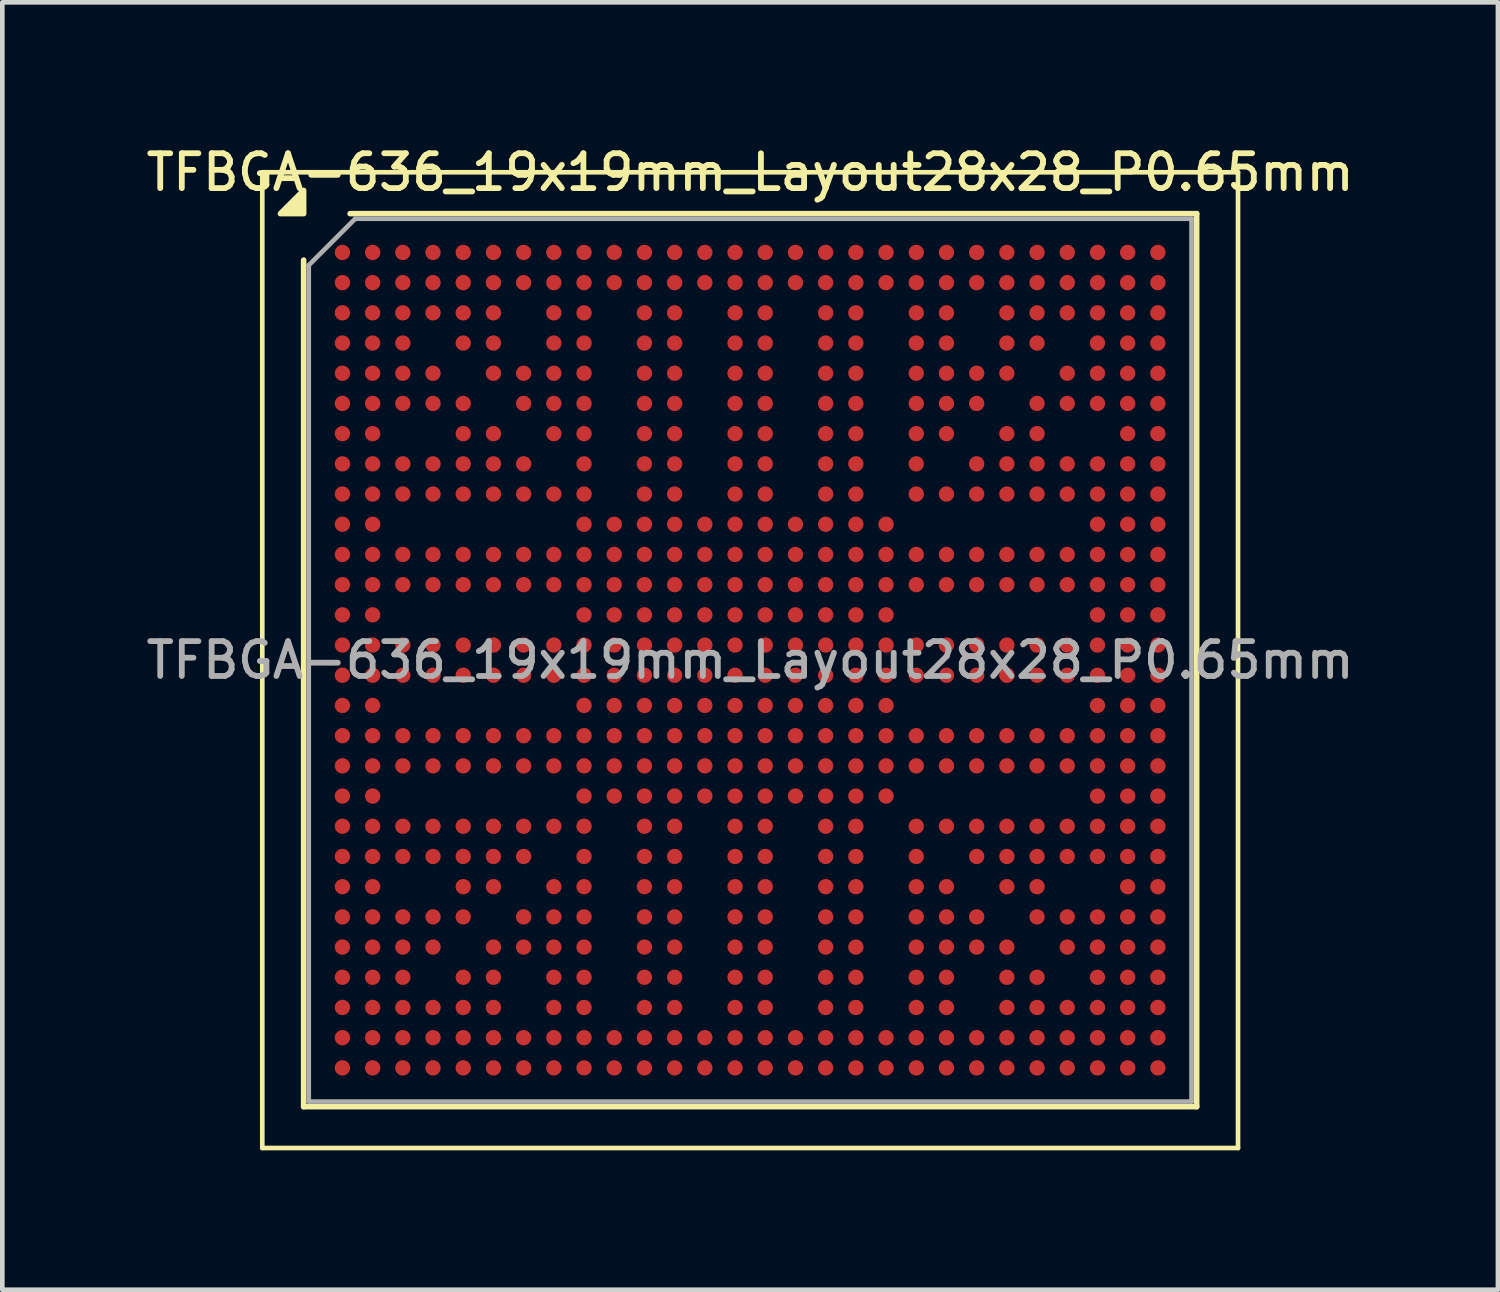
<source format=kicad_pcb>
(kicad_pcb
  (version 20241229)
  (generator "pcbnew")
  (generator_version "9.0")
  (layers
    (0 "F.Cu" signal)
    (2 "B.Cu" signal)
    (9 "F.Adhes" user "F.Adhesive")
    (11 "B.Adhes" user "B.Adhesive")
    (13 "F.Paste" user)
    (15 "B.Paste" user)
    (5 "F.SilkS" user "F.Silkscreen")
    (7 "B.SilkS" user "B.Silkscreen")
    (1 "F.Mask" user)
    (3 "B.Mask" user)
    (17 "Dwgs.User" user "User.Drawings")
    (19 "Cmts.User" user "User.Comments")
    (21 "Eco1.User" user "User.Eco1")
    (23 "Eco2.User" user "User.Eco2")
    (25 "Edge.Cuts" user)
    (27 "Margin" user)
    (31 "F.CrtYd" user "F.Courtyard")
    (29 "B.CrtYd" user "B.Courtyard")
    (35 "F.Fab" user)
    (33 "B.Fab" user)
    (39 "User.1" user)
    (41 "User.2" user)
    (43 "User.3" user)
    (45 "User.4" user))
  (footprint "TFBGA-636_19x19mm_Layout28x28_P0.65mm"
    (layer "F.Cu")
    (at 13.095 11.158)
    (property "Reference" "TFBGA-636_19x19mm_Layout28x28_P0.65mm" (at 0 -10.5 0) (layer "F.SilkS") (effects (font (size 0.75 0.75) (thickness 0.125))))
    (attr smd)
    (fp_line (start -10.5 -10.5) (end -10.5 10.5) (stroke (width 0.1) (type solid)) (layer "F.SilkS"))
    (fp_line (start -10.5 10.5) (end 10.5 10.5) (stroke (width 0.1) (type solid)) (layer "F.SilkS"))
    (fp_line (start -9.61 9.61) (end -9.61 -8.61) (stroke (width 0.12) (type solid)) (layer "F.SilkS"))
    (fp_line (start -8.61 -9.61) (end 9.61 -9.61) (stroke (width 0.12) (type solid)) (layer "F.SilkS"))
    (fp_line (start 9.61 -9.61) (end 9.61 9.61) (stroke (width 0.12) (type solid)) (layer "F.SilkS"))
    (fp_line (start 9.61 9.61) (end -9.61 9.61) (stroke (width 0.12) (type solid)) (layer "F.SilkS"))
    (fp_line (start 10.5 -10.5) (end -10.5 -10.5) (stroke (width 0.1) (type solid)) (layer "F.SilkS"))
    (fp_line (start 10.5 10.5) (end 10.5 -10.5) (stroke (width 0.1) (type solid)) (layer "F.SilkS"))
    (fp_poly (pts (xy -9.61 -9.61) (xy -10.11 -9.61) (xy -9.61 -10.11) (xy -9.61 -9.61)) (stroke (width 0.12) (type solid)) (fill yes) (layer "F.SilkS"))
    (fp_line (start -9.5 -8.5) (end -8.5 -9.5) (stroke (width 0.1) (type solid)) (layer "F.Fab"))
    (fp_line (start -9.5 9.5) (end -9.5 -8.5) (stroke (width 0.1) (type solid)) (layer "F.Fab"))
    (fp_line (start -8.5 -9.5) (end 9.5 -9.5) (stroke (width 0.1) (type solid)) (layer "F.Fab"))
    (fp_line (start 9.5 -9.5) (end 9.5 9.5) (stroke (width 0.1) (type solid)) (layer "F.Fab"))
    (fp_line (start 9.5 9.5) (end -9.5 9.5) (stroke (width 0.1) (type solid)) (layer "F.Fab"))
    (fp_text user "${REFERENCE}" (at 0 0 0) (layer "F.Fab") (effects (font (size 0.75 0.75) (thickness 0.125))))
    (pad "A1" smd circle (at -8.775 -8.775) (size 0.33 0.33) (property pad_prop_bga) (layers "F.Cu" "F.Mask" "F.Paste"))
    (pad "A2" smd circle (at -8.125 -8.775) (size 0.33 0.33) (property pad_prop_bga) (layers "F.Cu" "F.Mask" "F.Paste"))
    (pad "A3" smd circle (at -7.475 -8.775) (size 0.33 0.33) (property pad_prop_bga) (layers "F.Cu" "F.Mask" "F.Paste"))
    (pad "A4" smd circle (at -6.825 -8.775) (size 0.33 0.33) (property pad_prop_bga) (layers "F.Cu" "F.Mask" "F.Paste"))
    (pad "A5" smd circle (at -6.175 -8.775) (size 0.33 0.33) (property pad_prop_bga) (layers "F.Cu" "F.Mask" "F.Paste"))
    (pad "A6" smd circle (at -5.525 -8.775) (size 0.33 0.33) (property pad_prop_bga) (layers "F.Cu" "F.Mask" "F.Paste"))
    (pad "A7" smd circle (at -4.875 -8.775) (size 0.33 0.33) (property pad_prop_bga) (layers "F.Cu" "F.Mask" "F.Paste"))
    (pad "A8" smd circle (at -4.225 -8.775) (size 0.33 0.33) (property pad_prop_bga) (layers "F.Cu" "F.Mask" "F.Paste"))
    (pad "A9" smd circle (at -3.575 -8.775) (size 0.33 0.33) (property pad_prop_bga) (layers "F.Cu" "F.Mask" "F.Paste"))
    (pad "A10" smd circle (at -2.925 -8.775) (size 0.33 0.33) (property pad_prop_bga) (layers "F.Cu" "F.Mask" "F.Paste"))
    (pad "A11" smd circle (at -2.275 -8.775) (size 0.33 0.33) (property pad_prop_bga) (layers "F.Cu" "F.Mask" "F.Paste"))
    (pad "A12" smd circle (at -1.625 -8.775) (size 0.33 0.33) (property pad_prop_bga) (layers "F.Cu" "F.Mask" "F.Paste"))
    (pad "A13" smd circle (at -0.975 -8.775) (size 0.33 0.33) (property pad_prop_bga) (layers "F.Cu" "F.Mask" "F.Paste"))
    (pad "A14" smd circle (at -0.325 -8.775) (size 0.33 0.33) (property pad_prop_bga) (layers "F.Cu" "F.Mask" "F.Paste"))
    (pad "A15" smd circle (at 0.325 -8.775) (size 0.33 0.33) (property pad_prop_bga) (layers "F.Cu" "F.Mask" "F.Paste"))
    (pad "A16" smd circle (at 0.975 -8.775) (size 0.33 0.33) (property pad_prop_bga) (layers "F.Cu" "F.Mask" "F.Paste"))
    (pad "A17" smd circle (at 1.625 -8.775) (size 0.33 0.33) (property pad_prop_bga) (layers "F.Cu" "F.Mask" "F.Paste"))
    (pad "A18" smd circle (at 2.275 -8.775) (size 0.33 0.33) (property pad_prop_bga) (layers "F.Cu" "F.Mask" "F.Paste"))
    (pad "A19" smd circle (at 2.925 -8.775) (size 0.33 0.33) (property pad_prop_bga) (layers "F.Cu" "F.Mask" "F.Paste"))
    (pad "A20" smd circle (at 3.575 -8.775) (size 0.33 0.33) (property pad_prop_bga) (layers "F.Cu" "F.Mask" "F.Paste"))
    (pad "A21" smd circle (at 4.225 -8.775) (size 0.33 0.33) (property pad_prop_bga) (layers "F.Cu" "F.Mask" "F.Paste"))
    (pad "A22" smd circle (at 4.875 -8.775) (size 0.33 0.33) (property pad_prop_bga) (layers "F.Cu" "F.Mask" "F.Paste"))
    (pad "A23" smd circle (at 5.525 -8.775) (size 0.33 0.33) (property pad_prop_bga) (layers "F.Cu" "F.Mask" "F.Paste"))
    (pad "A24" smd circle (at 6.175 -8.775) (size 0.33 0.33) (property pad_prop_bga) (layers "F.Cu" "F.Mask" "F.Paste"))
    (pad "A25" smd circle (at 6.825 -8.775) (size 0.33 0.33) (property pad_prop_bga) (layers "F.Cu" "F.Mask" "F.Paste"))
    (pad "A26" smd circle (at 7.475 -8.775) (size 0.33 0.33) (property pad_prop_bga) (layers "F.Cu" "F.Mask" "F.Paste"))
    (pad "A27" smd circle (at 8.125 -8.775) (size 0.33 0.33) (property pad_prop_bga) (layers "F.Cu" "F.Mask" "F.Paste"))
    (pad "A28" smd circle (at 8.775 -8.775) (size 0.33 0.33) (property pad_prop_bga) (layers "F.Cu" "F.Mask" "F.Paste"))
    (pad "AA1" smd circle (at -8.775 4.225) (size 0.33 0.33) (property pad_prop_bga) (layers "F.Cu" "F.Mask" "F.Paste"))
    (pad "AA2" smd circle (at -8.125 4.225) (size 0.33 0.33) (property pad_prop_bga) (layers "F.Cu" "F.Mask" "F.Paste"))
    (pad "AA3" smd circle (at -7.475 4.225) (size 0.33 0.33) (property pad_prop_bga) (layers "F.Cu" "F.Mask" "F.Paste"))
    (pad "AA4" smd circle (at -6.825 4.225) (size 0.33 0.33) (property pad_prop_bga) (layers "F.Cu" "F.Mask" "F.Paste"))
    (pad "AA5" smd circle (at -6.175 4.225) (size 0.33 0.33) (property pad_prop_bga) (layers "F.Cu" "F.Mask" "F.Paste"))
    (pad "AA6" smd circle (at -5.525 4.225) (size 0.33 0.33) (property pad_prop_bga) (layers "F.Cu" "F.Mask" "F.Paste"))
    (pad "AA7" smd circle (at -4.875 4.225) (size 0.33 0.33) (property pad_prop_bga) (layers "F.Cu" "F.Mask" "F.Paste"))
    (pad "AA9" smd circle (at -3.575 4.225) (size 0.33 0.33) (property pad_prop_bga) (layers "F.Cu" "F.Mask" "F.Paste"))
    (pad "AA11" smd circle (at -2.275 4.225) (size 0.33 0.33) (property pad_prop_bga) (layers "F.Cu" "F.Mask" "F.Paste"))
    (pad "AA12" smd circle (at -1.625 4.225) (size 0.33 0.33) (property pad_prop_bga) (layers "F.Cu" "F.Mask" "F.Paste"))
    (pad "AA14" smd circle (at -0.325 4.225) (size 0.33 0.33) (property pad_prop_bga) (layers "F.Cu" "F.Mask" "F.Paste"))
    (pad "AA15" smd circle (at 0.325 4.225) (size 0.33 0.33) (property pad_prop_bga) (layers "F.Cu" "F.Mask" "F.Paste"))
    (pad "AA17" smd circle (at 1.625 4.225) (size 0.33 0.33) (property pad_prop_bga) (layers "F.Cu" "F.Mask" "F.Paste"))
    (pad "AA18" smd circle (at 2.275 4.225) (size 0.33 0.33) (property pad_prop_bga) (layers "F.Cu" "F.Mask" "F.Paste"))
    (pad "AA20" smd circle (at 3.575 4.225) (size 0.33 0.33) (property pad_prop_bga) (layers "F.Cu" "F.Mask" "F.Paste"))
    (pad "AA22" smd circle (at 4.875 4.225) (size 0.33 0.33) (property pad_prop_bga) (layers "F.Cu" "F.Mask" "F.Paste"))
    (pad "AA23" smd circle (at 5.525 4.225) (size 0.33 0.33) (property pad_prop_bga) (layers "F.Cu" "F.Mask" "F.Paste"))
    (pad "AA24" smd circle (at 6.175 4.225) (size 0.33 0.33) (property pad_prop_bga) (layers "F.Cu" "F.Mask" "F.Paste"))
    (pad "AA25" smd circle (at 6.825 4.225) (size 0.33 0.33) (property pad_prop_bga) (layers "F.Cu" "F.Mask" "F.Paste"))
    (pad "AA26" smd circle (at 7.475 4.225) (size 0.33 0.33) (property pad_prop_bga) (layers "F.Cu" "F.Mask" "F.Paste"))
    (pad "AA27" smd circle (at 8.125 4.225) (size 0.33 0.33) (property pad_prop_bga) (layers "F.Cu" "F.Mask" "F.Paste"))
    (pad "AA28" smd circle (at 8.775 4.225) (size 0.33 0.33) (property pad_prop_bga) (layers "F.Cu" "F.Mask" "F.Paste"))
    (pad "AB1" smd circle (at -8.775 4.875) (size 0.33 0.33) (property pad_prop_bga) (layers "F.Cu" "F.Mask" "F.Paste"))
    (pad "AB2" smd circle (at -8.125 4.875) (size 0.33 0.33) (property pad_prop_bga) (layers "F.Cu" "F.Mask" "F.Paste"))
    (pad "AB5" smd circle (at -6.175 4.875) (size 0.33 0.33) (property pad_prop_bga) (layers "F.Cu" "F.Mask" "F.Paste"))
    (pad "AB6" smd circle (at -5.525 4.875) (size 0.33 0.33) (property pad_prop_bga) (layers "F.Cu" "F.Mask" "F.Paste"))
    (pad "AB8" smd circle (at -4.225 4.875) (size 0.33 0.33) (property pad_prop_bga) (layers "F.Cu" "F.Mask" "F.Paste"))
    (pad "AB9" smd circle (at -3.575 4.875) (size 0.33 0.33) (property pad_prop_bga) (layers "F.Cu" "F.Mask" "F.Paste"))
    (pad "AB11" smd circle (at -2.275 4.875) (size 0.33 0.33) (property pad_prop_bga) (layers "F.Cu" "F.Mask" "F.Paste"))
    (pad "AB12" smd circle (at -1.625 4.875) (size 0.33 0.33) (property pad_prop_bga) (layers "F.Cu" "F.Mask" "F.Paste"))
    (pad "AB14" smd circle (at -0.325 4.875) (size 0.33 0.33) (property pad_prop_bga) (layers "F.Cu" "F.Mask" "F.Paste"))
    (pad "AB15" smd circle (at 0.325 4.875) (size 0.33 0.33) (property pad_prop_bga) (layers "F.Cu" "F.Mask" "F.Paste"))
    (pad "AB17" smd circle (at 1.625 4.875) (size 0.33 0.33) (property pad_prop_bga) (layers "F.Cu" "F.Mask" "F.Paste"))
    (pad "AB18" smd circle (at 2.275 4.875) (size 0.33 0.33) (property pad_prop_bga) (layers "F.Cu" "F.Mask" "F.Paste"))
    (pad "AB20" smd circle (at 3.575 4.875) (size 0.33 0.33) (property pad_prop_bga) (layers "F.Cu" "F.Mask" "F.Paste"))
    (pad "AB21" smd circle (at 4.225 4.875) (size 0.33 0.33) (property pad_prop_bga) (layers "F.Cu" "F.Mask" "F.Paste"))
    (pad "AB23" smd circle (at 5.525 4.875) (size 0.33 0.33) (property pad_prop_bga) (layers "F.Cu" "F.Mask" "F.Paste"))
    (pad "AB24" smd circle (at 6.175 4.875) (size 0.33 0.33) (property pad_prop_bga) (layers "F.Cu" "F.Mask" "F.Paste"))
    (pad "AB27" smd circle (at 8.125 4.875) (size 0.33 0.33) (property pad_prop_bga) (layers "F.Cu" "F.Mask" "F.Paste"))
    (pad "AB28" smd circle (at 8.775 4.875) (size 0.33 0.33) (property pad_prop_bga) (layers "F.Cu" "F.Mask" "F.Paste"))
    (pad "AC1" smd circle (at -8.775 5.525) (size 0.33 0.33) (property pad_prop_bga) (layers "F.Cu" "F.Mask" "F.Paste"))
    (pad "AC2" smd circle (at -8.125 5.525) (size 0.33 0.33) (property pad_prop_bga) (layers "F.Cu" "F.Mask" "F.Paste"))
    (pad "AC3" smd circle (at -7.475 5.525) (size 0.33 0.33) (property pad_prop_bga) (layers "F.Cu" "F.Mask" "F.Paste"))
    (pad "AC4" smd circle (at -6.825 5.525) (size 0.33 0.33) (property pad_prop_bga) (layers "F.Cu" "F.Mask" "F.Paste"))
    (pad "AC5" smd circle (at -6.175 5.525) (size 0.33 0.33) (property pad_prop_bga) (layers "F.Cu" "F.Mask" "F.Paste"))
    (pad "AC7" smd circle (at -4.875 5.525) (size 0.33 0.33) (property pad_prop_bga) (layers "F.Cu" "F.Mask" "F.Paste"))
    (pad "AC8" smd circle (at -4.225 5.525) (size 0.33 0.33) (property pad_prop_bga) (layers "F.Cu" "F.Mask" "F.Paste"))
    (pad "AC9" smd circle (at -3.575 5.525) (size 0.33 0.33) (property pad_prop_bga) (layers "F.Cu" "F.Mask" "F.Paste"))
    (pad "AC11" smd circle (at -2.275 5.525) (size 0.33 0.33) (property pad_prop_bga) (layers "F.Cu" "F.Mask" "F.Paste"))
    (pad "AC12" smd circle (at -1.625 5.525) (size 0.33 0.33) (property pad_prop_bga) (layers "F.Cu" "F.Mask" "F.Paste"))
    (pad "AC14" smd circle (at -0.325 5.525) (size 0.33 0.33) (property pad_prop_bga) (layers "F.Cu" "F.Mask" "F.Paste"))
    (pad "AC15" smd circle (at 0.325 5.525) (size 0.33 0.33) (property pad_prop_bga) (layers "F.Cu" "F.Mask" "F.Paste"))
    (pad "AC17" smd circle (at 1.625 5.525) (size 0.33 0.33) (property pad_prop_bga) (layers "F.Cu" "F.Mask" "F.Paste"))
    (pad "AC18" smd circle (at 2.275 5.525) (size 0.33 0.33) (property pad_prop_bga) (layers "F.Cu" "F.Mask" "F.Paste"))
    (pad "AC20" smd circle (at 3.575 5.525) (size 0.33 0.33) (property pad_prop_bga) (layers "F.Cu" "F.Mask" "F.Paste"))
    (pad "AC21" smd circle (at 4.225 5.525) (size 0.33 0.33) (property pad_prop_bga) (layers "F.Cu" "F.Mask" "F.Paste"))
    (pad "AC22" smd circle (at 4.875 5.525) (size 0.33 0.33) (property pad_prop_bga) (layers "F.Cu" "F.Mask" "F.Paste"))
    (pad "AC24" smd circle (at 6.175 5.525) (size 0.33 0.33) (property pad_prop_bga) (layers "F.Cu" "F.Mask" "F.Paste"))
    (pad "AC25" smd circle (at 6.825 5.525) (size 0.33 0.33) (property pad_prop_bga) (layers "F.Cu" "F.Mask" "F.Paste"))
    (pad "AC26" smd circle (at 7.475 5.525) (size 0.33 0.33) (property pad_prop_bga) (layers "F.Cu" "F.Mask" "F.Paste"))
    (pad "AC27" smd circle (at 8.125 5.525) (size 0.33 0.33) (property pad_prop_bga) (layers "F.Cu" "F.Mask" "F.Paste"))
    (pad "AC28" smd circle (at 8.775 5.525) (size 0.33 0.33) (property pad_prop_bga) (layers "F.Cu" "F.Mask" "F.Paste"))
    (pad "AD1" smd circle (at -8.775 6.175) (size 0.33 0.33) (property pad_prop_bga) (layers "F.Cu" "F.Mask" "F.Paste"))
    (pad "AD2" smd circle (at -8.125 6.175) (size 0.33 0.33) (property pad_prop_bga) (layers "F.Cu" "F.Mask" "F.Paste"))
    (pad "AD3" smd circle (at -7.475 6.175) (size 0.33 0.33) (property pad_prop_bga) (layers "F.Cu" "F.Mask" "F.Paste"))
    (pad "AD4" smd circle (at -6.825 6.175) (size 0.33 0.33) (property pad_prop_bga) (layers "F.Cu" "F.Mask" "F.Paste"))
    (pad "AD6" smd circle (at -5.525 6.175) (size 0.33 0.33) (property pad_prop_bga) (layers "F.Cu" "F.Mask" "F.Paste"))
    (pad "AD7" smd circle (at -4.875 6.175) (size 0.33 0.33) (property pad_prop_bga) (layers "F.Cu" "F.Mask" "F.Paste"))
    (pad "AD8" smd circle (at -4.225 6.175) (size 0.33 0.33) (property pad_prop_bga) (layers "F.Cu" "F.Mask" "F.Paste"))
    (pad "AD9" smd circle (at -3.575 6.175) (size 0.33 0.33) (property pad_prop_bga) (layers "F.Cu" "F.Mask" "F.Paste"))
    (pad "AD11" smd circle (at -2.275 6.175) (size 0.33 0.33) (property pad_prop_bga) (layers "F.Cu" "F.Mask" "F.Paste"))
    (pad "AD12" smd circle (at -1.625 6.175) (size 0.33 0.33) (property pad_prop_bga) (layers "F.Cu" "F.Mask" "F.Paste"))
    (pad "AD14" smd circle (at -0.325 6.175) (size 0.33 0.33) (property pad_prop_bga) (layers "F.Cu" "F.Mask" "F.Paste"))
    (pad "AD15" smd circle (at 0.325 6.175) (size 0.33 0.33) (property pad_prop_bga) (layers "F.Cu" "F.Mask" "F.Paste"))
    (pad "AD17" smd circle (at 1.625 6.175) (size 0.33 0.33) (property pad_prop_bga) (layers "F.Cu" "F.Mask" "F.Paste"))
    (pad "AD18" smd circle (at 2.275 6.175) (size 0.33 0.33) (property pad_prop_bga) (layers "F.Cu" "F.Mask" "F.Paste"))
    (pad "AD20" smd circle (at 3.575 6.175) (size 0.33 0.33) (property pad_prop_bga) (layers "F.Cu" "F.Mask" "F.Paste"))
    (pad "AD21" smd circle (at 4.225 6.175) (size 0.33 0.33) (property pad_prop_bga) (layers "F.Cu" "F.Mask" "F.Paste"))
    (pad "AD22" smd circle (at 4.875 6.175) (size 0.33 0.33) (property pad_prop_bga) (layers "F.Cu" "F.Mask" "F.Paste"))
    (pad "AD23" smd circle (at 5.525 6.175) (size 0.33 0.33) (property pad_prop_bga) (layers "F.Cu" "F.Mask" "F.Paste"))
    (pad "AD25" smd circle (at 6.825 6.175) (size 0.33 0.33) (property pad_prop_bga) (layers "F.Cu" "F.Mask" "F.Paste"))
    (pad "AD26" smd circle (at 7.475 6.175) (size 0.33 0.33) (property pad_prop_bga) (layers "F.Cu" "F.Mask" "F.Paste"))
    (pad "AD27" smd circle (at 8.125 6.175) (size 0.33 0.33) (property pad_prop_bga) (layers "F.Cu" "F.Mask" "F.Paste"))
    (pad "AD28" smd circle (at 8.775 6.175) (size 0.33 0.33) (property pad_prop_bga) (layers "F.Cu" "F.Mask" "F.Paste"))
    (pad "AE1" smd circle (at -8.775 6.825) (size 0.33 0.33) (property pad_prop_bga) (layers "F.Cu" "F.Mask" "F.Paste"))
    (pad "AE2" smd circle (at -8.125 6.825) (size 0.33 0.33) (property pad_prop_bga) (layers "F.Cu" "F.Mask" "F.Paste"))
    (pad "AE3" smd circle (at -7.475 6.825) (size 0.33 0.33) (property pad_prop_bga) (layers "F.Cu" "F.Mask" "F.Paste"))
    (pad "AE5" smd circle (at -6.175 6.825) (size 0.33 0.33) (property pad_prop_bga) (layers "F.Cu" "F.Mask" "F.Paste"))
    (pad "AE6" smd circle (at -5.525 6.825) (size 0.33 0.33) (property pad_prop_bga) (layers "F.Cu" "F.Mask" "F.Paste"))
    (pad "AE8" smd circle (at -4.225 6.825) (size 0.33 0.33) (property pad_prop_bga) (layers "F.Cu" "F.Mask" "F.Paste"))
    (pad "AE9" smd circle (at -3.575 6.825) (size 0.33 0.33) (property pad_prop_bga) (layers "F.Cu" "F.Mask" "F.Paste"))
    (pad "AE11" smd circle (at -2.275 6.825) (size 0.33 0.33) (property pad_prop_bga) (layers "F.Cu" "F.Mask" "F.Paste"))
    (pad "AE12" smd circle (at -1.625 6.825) (size 0.33 0.33) (property pad_prop_bga) (layers "F.Cu" "F.Mask" "F.Paste"))
    (pad "AE14" smd circle (at -0.325 6.825) (size 0.33 0.33) (property pad_prop_bga) (layers "F.Cu" "F.Mask" "F.Paste"))
    (pad "AE15" smd circle (at 0.325 6.825) (size 0.33 0.33) (property pad_prop_bga) (layers "F.Cu" "F.Mask" "F.Paste"))
    (pad "AE17" smd circle (at 1.625 6.825) (size 0.33 0.33) (property pad_prop_bga) (layers "F.Cu" "F.Mask" "F.Paste"))
    (pad "AE18" smd circle (at 2.275 6.825) (size 0.33 0.33) (property pad_prop_bga) (layers "F.Cu" "F.Mask" "F.Paste"))
    (pad "AE20" smd circle (at 3.575 6.825) (size 0.33 0.33) (property pad_prop_bga) (layers "F.Cu" "F.Mask" "F.Paste"))
    (pad "AE21" smd circle (at 4.225 6.825) (size 0.33 0.33) (property pad_prop_bga) (layers "F.Cu" "F.Mask" "F.Paste"))
    (pad "AE23" smd circle (at 5.525 6.825) (size 0.33 0.33) (property pad_prop_bga) (layers "F.Cu" "F.Mask" "F.Paste"))
    (pad "AE24" smd circle (at 6.175 6.825) (size 0.33 0.33) (property pad_prop_bga) (layers "F.Cu" "F.Mask" "F.Paste"))
    (pad "AE26" smd circle (at 7.475 6.825) (size 0.33 0.33) (property pad_prop_bga) (layers "F.Cu" "F.Mask" "F.Paste"))
    (pad "AE27" smd circle (at 8.125 6.825) (size 0.33 0.33) (property pad_prop_bga) (layers "F.Cu" "F.Mask" "F.Paste"))
    (pad "AE28" smd circle (at 8.775 6.825) (size 0.33 0.33) (property pad_prop_bga) (layers "F.Cu" "F.Mask" "F.Paste"))
    (pad "AF1" smd circle (at -8.775 7.475) (size 0.33 0.33) (property pad_prop_bga) (layers "F.Cu" "F.Mask" "F.Paste"))
    (pad "AF2" smd circle (at -8.125 7.475) (size 0.33 0.33) (property pad_prop_bga) (layers "F.Cu" "F.Mask" "F.Paste"))
    (pad "AF3" smd circle (at -7.475 7.475) (size 0.33 0.33) (property pad_prop_bga) (layers "F.Cu" "F.Mask" "F.Paste"))
    (pad "AF4" smd circle (at -6.825 7.475) (size 0.33 0.33) (property pad_prop_bga) (layers "F.Cu" "F.Mask" "F.Paste"))
    (pad "AF5" smd circle (at -6.175 7.475) (size 0.33 0.33) (property pad_prop_bga) (layers "F.Cu" "F.Mask" "F.Paste"))
    (pad "AF6" smd circle (at -5.525 7.475) (size 0.33 0.33) (property pad_prop_bga) (layers "F.Cu" "F.Mask" "F.Paste"))
    (pad "AF8" smd circle (at -4.225 7.475) (size 0.33 0.33) (property pad_prop_bga) (layers "F.Cu" "F.Mask" "F.Paste"))
    (pad "AF9" smd circle (at -3.575 7.475) (size 0.33 0.33) (property pad_prop_bga) (layers "F.Cu" "F.Mask" "F.Paste"))
    (pad "AF11" smd circle (at -2.275 7.475) (size 0.33 0.33) (property pad_prop_bga) (layers "F.Cu" "F.Mask" "F.Paste"))
    (pad "AF12" smd circle (at -1.625 7.475) (size 0.33 0.33) (property pad_prop_bga) (layers "F.Cu" "F.Mask" "F.Paste"))
    (pad "AF14" smd circle (at -0.325 7.475) (size 0.33 0.33) (property pad_prop_bga) (layers "F.Cu" "F.Mask" "F.Paste"))
    (pad "AF15" smd circle (at 0.325 7.475) (size 0.33 0.33) (property pad_prop_bga) (layers "F.Cu" "F.Mask" "F.Paste"))
    (pad "AF17" smd circle (at 1.625 7.475) (size 0.33 0.33) (property pad_prop_bga) (layers "F.Cu" "F.Mask" "F.Paste"))
    (pad "AF18" smd circle (at 2.275 7.475) (size 0.33 0.33) (property pad_prop_bga) (layers "F.Cu" "F.Mask" "F.Paste"))
    (pad "AF20" smd circle (at 3.575 7.475) (size 0.33 0.33) (property pad_prop_bga) (layers "F.Cu" "F.Mask" "F.Paste"))
    (pad "AF21" smd circle (at 4.225 7.475) (size 0.33 0.33) (property pad_prop_bga) (layers "F.Cu" "F.Mask" "F.Paste"))
    (pad "AF23" smd circle (at 5.525 7.475) (size 0.33 0.33) (property pad_prop_bga) (layers "F.Cu" "F.Mask" "F.Paste"))
    (pad "AF24" smd circle (at 6.175 7.475) (size 0.33 0.33) (property pad_prop_bga) (layers "F.Cu" "F.Mask" "F.Paste"))
    (pad "AF25" smd circle (at 6.825 7.475) (size 0.33 0.33) (property pad_prop_bga) (layers "F.Cu" "F.Mask" "F.Paste"))
    (pad "AF26" smd circle (at 7.475 7.475) (size 0.33 0.33) (property pad_prop_bga) (layers "F.Cu" "F.Mask" "F.Paste"))
    (pad "AF27" smd circle (at 8.125 7.475) (size 0.33 0.33) (property pad_prop_bga) (layers "F.Cu" "F.Mask" "F.Paste"))
    (pad "AF28" smd circle (at 8.775 7.475) (size 0.33 0.33) (property pad_prop_bga) (layers "F.Cu" "F.Mask" "F.Paste"))
    (pad "AG1" smd circle (at -8.775 8.125) (size 0.33 0.33) (property pad_prop_bga) (layers "F.Cu" "F.Mask" "F.Paste"))
    (pad "AG2" smd circle (at -8.125 8.125) (size 0.33 0.33) (property pad_prop_bga) (layers "F.Cu" "F.Mask" "F.Paste"))
    (pad "AG3" smd circle (at -7.475 8.125) (size 0.33 0.33) (property pad_prop_bga) (layers "F.Cu" "F.Mask" "F.Paste"))
    (pad "AG4" smd circle (at -6.825 8.125) (size 0.33 0.33) (property pad_prop_bga) (layers "F.Cu" "F.Mask" "F.Paste"))
    (pad "AG5" smd circle (at -6.175 8.125) (size 0.33 0.33) (property pad_prop_bga) (layers "F.Cu" "F.Mask" "F.Paste"))
    (pad "AG6" smd circle (at -5.525 8.125) (size 0.33 0.33) (property pad_prop_bga) (layers "F.Cu" "F.Mask" "F.Paste"))
    (pad "AG7" smd circle (at -4.875 8.125) (size 0.33 0.33) (property pad_prop_bga) (layers "F.Cu" "F.Mask" "F.Paste"))
    (pad "AG8" smd circle (at -4.225 8.125) (size 0.33 0.33) (property pad_prop_bga) (layers "F.Cu" "F.Mask" "F.Paste"))
    (pad "AG9" smd circle (at -3.575 8.125) (size 0.33 0.33) (property pad_prop_bga) (layers "F.Cu" "F.Mask" "F.Paste"))
    (pad "AG10" smd circle (at -2.925 8.125) (size 0.33 0.33) (property pad_prop_bga) (layers "F.Cu" "F.Mask" "F.Paste"))
    (pad "AG11" smd circle (at -2.275 8.125) (size 0.33 0.33) (property pad_prop_bga) (layers "F.Cu" "F.Mask" "F.Paste"))
    (pad "AG12" smd circle (at -1.625 8.125) (size 0.33 0.33) (property pad_prop_bga) (layers "F.Cu" "F.Mask" "F.Paste"))
    (pad "AG13" smd circle (at -0.975 8.125) (size 0.33 0.33) (property pad_prop_bga) (layers "F.Cu" "F.Mask" "F.Paste"))
    (pad "AG14" smd circle (at -0.325 8.125) (size 0.33 0.33) (property pad_prop_bga) (layers "F.Cu" "F.Mask" "F.Paste"))
    (pad "AG15" smd circle (at 0.325 8.125) (size 0.33 0.33) (property pad_prop_bga) (layers "F.Cu" "F.Mask" "F.Paste"))
    (pad "AG16" smd circle (at 0.975 8.125) (size 0.33 0.33) (property pad_prop_bga) (layers "F.Cu" "F.Mask" "F.Paste"))
    (pad "AG17" smd circle (at 1.625 8.125) (size 0.33 0.33) (property pad_prop_bga) (layers "F.Cu" "F.Mask" "F.Paste"))
    (pad "AG18" smd circle (at 2.275 8.125) (size 0.33 0.33) (property pad_prop_bga) (layers "F.Cu" "F.Mask" "F.Paste"))
    (pad "AG19" smd circle (at 2.925 8.125) (size 0.33 0.33) (property pad_prop_bga) (layers "F.Cu" "F.Mask" "F.Paste"))
    (pad "AG20" smd circle (at 3.575 8.125) (size 0.33 0.33) (property pad_prop_bga) (layers "F.Cu" "F.Mask" "F.Paste"))
    (pad "AG21" smd circle (at 4.225 8.125) (size 0.33 0.33) (property pad_prop_bga) (layers "F.Cu" "F.Mask" "F.Paste"))
    (pad "AG22" smd circle (at 4.875 8.125) (size 0.33 0.33) (property pad_prop_bga) (layers "F.Cu" "F.Mask" "F.Paste"))
    (pad "AG23" smd circle (at 5.525 8.125) (size 0.33 0.33) (property pad_prop_bga) (layers "F.Cu" "F.Mask" "F.Paste"))
    (pad "AG24" smd circle (at 6.175 8.125) (size 0.33 0.33) (property pad_prop_bga) (layers "F.Cu" "F.Mask" "F.Paste"))
    (pad "AG25" smd circle (at 6.825 8.125) (size 0.33 0.33) (property pad_prop_bga) (layers "F.Cu" "F.Mask" "F.Paste"))
    (pad "AG26" smd circle (at 7.475 8.125) (size 0.33 0.33) (property pad_prop_bga) (layers "F.Cu" "F.Mask" "F.Paste"))
    (pad "AG27" smd circle (at 8.125 8.125) (size 0.33 0.33) (property pad_prop_bga) (layers "F.Cu" "F.Mask" "F.Paste"))
    (pad "AG28" smd circle (at 8.775 8.125) (size 0.33 0.33) (property pad_prop_bga) (layers "F.Cu" "F.Mask" "F.Paste"))
    (pad "AH1" smd circle (at -8.775 8.775) (size 0.33 0.33) (property pad_prop_bga) (layers "F.Cu" "F.Mask" "F.Paste"))
    (pad "AH2" smd circle (at -8.125 8.775) (size 0.33 0.33) (property pad_prop_bga) (layers "F.Cu" "F.Mask" "F.Paste"))
    (pad "AH3" smd circle (at -7.475 8.775) (size 0.33 0.33) (property pad_prop_bga) (layers "F.Cu" "F.Mask" "F.Paste"))
    (pad "AH4" smd circle (at -6.825 8.775) (size 0.33 0.33) (property pad_prop_bga) (layers "F.Cu" "F.Mask" "F.Paste"))
    (pad "AH5" smd circle (at -6.175 8.775) (size 0.33 0.33) (property pad_prop_bga) (layers "F.Cu" "F.Mask" "F.Paste"))
    (pad "AH6" smd circle (at -5.525 8.775) (size 0.33 0.33) (property pad_prop_bga) (layers "F.Cu" "F.Mask" "F.Paste"))
    (pad "AH7" smd circle (at -4.875 8.775) (size 0.33 0.33) (property pad_prop_bga) (layers "F.Cu" "F.Mask" "F.Paste"))
    (pad "AH8" smd circle (at -4.225 8.775) (size 0.33 0.33) (property pad_prop_bga) (layers "F.Cu" "F.Mask" "F.Paste"))
    (pad "AH9" smd circle (at -3.575 8.775) (size 0.33 0.33) (property pad_prop_bga) (layers "F.Cu" "F.Mask" "F.Paste"))
    (pad "AH10" smd circle (at -2.925 8.775) (size 0.33 0.33) (property pad_prop_bga) (layers "F.Cu" "F.Mask" "F.Paste"))
    (pad "AH11" smd circle (at -2.275 8.775) (size 0.33 0.33) (property pad_prop_bga) (layers "F.Cu" "F.Mask" "F.Paste"))
    (pad "AH12" smd circle (at -1.625 8.775) (size 0.33 0.33) (property pad_prop_bga) (layers "F.Cu" "F.Mask" "F.Paste"))
    (pad "AH13" smd circle (at -0.975 8.775) (size 0.33 0.33) (property pad_prop_bga) (layers "F.Cu" "F.Mask" "F.Paste"))
    (pad "AH14" smd circle (at -0.325 8.775) (size 0.33 0.33) (property pad_prop_bga) (layers "F.Cu" "F.Mask" "F.Paste"))
    (pad "AH15" smd circle (at 0.325 8.775) (size 0.33 0.33) (property pad_prop_bga) (layers "F.Cu" "F.Mask" "F.Paste"))
    (pad "AH16" smd circle (at 0.975 8.775) (size 0.33 0.33) (property pad_prop_bga) (layers "F.Cu" "F.Mask" "F.Paste"))
    (pad "AH17" smd circle (at 1.625 8.775) (size 0.33 0.33) (property pad_prop_bga) (layers "F.Cu" "F.Mask" "F.Paste"))
    (pad "AH18" smd circle (at 2.275 8.775) (size 0.33 0.33) (property pad_prop_bga) (layers "F.Cu" "F.Mask" "F.Paste"))
    (pad "AH19" smd circle (at 2.925 8.775) (size 0.33 0.33) (property pad_prop_bga) (layers "F.Cu" "F.Mask" "F.Paste"))
    (pad "AH20" smd circle (at 3.575 8.775) (size 0.33 0.33) (property pad_prop_bga) (layers "F.Cu" "F.Mask" "F.Paste"))
    (pad "AH21" smd circle (at 4.225 8.775) (size 0.33 0.33) (property pad_prop_bga) (layers "F.Cu" "F.Mask" "F.Paste"))
    (pad "AH22" smd circle (at 4.875 8.775) (size 0.33 0.33) (property pad_prop_bga) (layers "F.Cu" "F.Mask" "F.Paste"))
    (pad "AH23" smd circle (at 5.525 8.775) (size 0.33 0.33) (property pad_prop_bga) (layers "F.Cu" "F.Mask" "F.Paste"))
    (pad "AH24" smd circle (at 6.175 8.775) (size 0.33 0.33) (property pad_prop_bga) (layers "F.Cu" "F.Mask" "F.Paste"))
    (pad "AH25" smd circle (at 6.825 8.775) (size 0.33 0.33) (property pad_prop_bga) (layers "F.Cu" "F.Mask" "F.Paste"))
    (pad "AH26" smd circle (at 7.475 8.775) (size 0.33 0.33) (property pad_prop_bga) (layers "F.Cu" "F.Mask" "F.Paste"))
    (pad "AH27" smd circle (at 8.125 8.775) (size 0.33 0.33) (property pad_prop_bga) (layers "F.Cu" "F.Mask" "F.Paste"))
    (pad "AH28" smd circle (at 8.775 8.775) (size 0.33 0.33) (property pad_prop_bga) (layers "F.Cu" "F.Mask" "F.Paste"))
    (pad "B1" smd circle (at -8.775 -8.125) (size 0.33 0.33) (property pad_prop_bga) (layers "F.Cu" "F.Mask" "F.Paste"))
    (pad "B2" smd circle (at -8.125 -8.125) (size 0.33 0.33) (property pad_prop_bga) (layers "F.Cu" "F.Mask" "F.Paste"))
    (pad "B3" smd circle (at -7.475 -8.125) (size 0.33 0.33) (property pad_prop_bga) (layers "F.Cu" "F.Mask" "F.Paste"))
    (pad "B4" smd circle (at -6.825 -8.125) (size 0.33 0.33) (property pad_prop_bga) (layers "F.Cu" "F.Mask" "F.Paste"))
    (pad "B5" smd circle (at -6.175 -8.125) (size 0.33 0.33) (property pad_prop_bga) (layers "F.Cu" "F.Mask" "F.Paste"))
    (pad "B6" smd circle (at -5.525 -8.125) (size 0.33 0.33) (property pad_prop_bga) (layers "F.Cu" "F.Mask" "F.Paste"))
    (pad "B7" smd circle (at -4.875 -8.125) (size 0.33 0.33) (property pad_prop_bga) (layers "F.Cu" "F.Mask" "F.Paste"))
    (pad "B8" smd circle (at -4.225 -8.125) (size 0.33 0.33) (property pad_prop_bga) (layers "F.Cu" "F.Mask" "F.Paste"))
    (pad "B9" smd circle (at -3.575 -8.125) (size 0.33 0.33) (property pad_prop_bga) (layers "F.Cu" "F.Mask" "F.Paste"))
    (pad "B10" smd circle (at -2.925 -8.125) (size 0.33 0.33) (property pad_prop_bga) (layers "F.Cu" "F.Mask" "F.Paste"))
    (pad "B11" smd circle (at -2.275 -8.125) (size 0.33 0.33) (property pad_prop_bga) (layers "F.Cu" "F.Mask" "F.Paste"))
    (pad "B12" smd circle (at -1.625 -8.125) (size 0.33 0.33) (property pad_prop_bga) (layers "F.Cu" "F.Mask" "F.Paste"))
    (pad "B13" smd circle (at -0.975 -8.125) (size 0.33 0.33) (property pad_prop_bga) (layers "F.Cu" "F.Mask" "F.Paste"))
    (pad "B14" smd circle (at -0.325 -8.125) (size 0.33 0.33) (property pad_prop_bga) (layers "F.Cu" "F.Mask" "F.Paste"))
    (pad "B15" smd circle (at 0.325 -8.125) (size 0.33 0.33) (property pad_prop_bga) (layers "F.Cu" "F.Mask" "F.Paste"))
    (pad "B16" smd circle (at 0.975 -8.125) (size 0.33 0.33) (property pad_prop_bga) (layers "F.Cu" "F.Mask" "F.Paste"))
    (pad "B17" smd circle (at 1.625 -8.125) (size 0.33 0.33) (property pad_prop_bga) (layers "F.Cu" "F.Mask" "F.Paste"))
    (pad "B18" smd circle (at 2.275 -8.125) (size 0.33 0.33) (property pad_prop_bga) (layers "F.Cu" "F.Mask" "F.Paste"))
    (pad "B19" smd circle (at 2.925 -8.125) (size 0.33 0.33) (property pad_prop_bga) (layers "F.Cu" "F.Mask" "F.Paste"))
    (pad "B20" smd circle (at 3.575 -8.125) (size 0.33 0.33) (property pad_prop_bga) (layers "F.Cu" "F.Mask" "F.Paste"))
    (pad "B21" smd circle (at 4.225 -8.125) (size 0.33 0.33) (property pad_prop_bga) (layers "F.Cu" "F.Mask" "F.Paste"))
    (pad "B22" smd circle (at 4.875 -8.125) (size 0.33 0.33) (property pad_prop_bga) (layers "F.Cu" "F.Mask" "F.Paste"))
    (pad "B23" smd circle (at 5.525 -8.125) (size 0.33 0.33) (property pad_prop_bga) (layers "F.Cu" "F.Mask" "F.Paste"))
    (pad "B24" smd circle (at 6.175 -8.125) (size 0.33 0.33) (property pad_prop_bga) (layers "F.Cu" "F.Mask" "F.Paste"))
    (pad "B25" smd circle (at 6.825 -8.125) (size 0.33 0.33) (property pad_prop_bga) (layers "F.Cu" "F.Mask" "F.Paste"))
    (pad "B26" smd circle (at 7.475 -8.125) (size 0.33 0.33) (property pad_prop_bga) (layers "F.Cu" "F.Mask" "F.Paste"))
    (pad "B27" smd circle (at 8.125 -8.125) (size 0.33 0.33) (property pad_prop_bga) (layers "F.Cu" "F.Mask" "F.Paste"))
    (pad "B28" smd circle (at 8.775 -8.125) (size 0.33 0.33) (property pad_prop_bga) (layers "F.Cu" "F.Mask" "F.Paste"))
    (pad "C1" smd circle (at -8.775 -7.475) (size 0.33 0.33) (property pad_prop_bga) (layers "F.Cu" "F.Mask" "F.Paste"))
    (pad "C2" smd circle (at -8.125 -7.475) (size 0.33 0.33) (property pad_prop_bga) (layers "F.Cu" "F.Mask" "F.Paste"))
    (pad "C3" smd circle (at -7.475 -7.475) (size 0.33 0.33) (property pad_prop_bga) (layers "F.Cu" "F.Mask" "F.Paste"))
    (pad "C4" smd circle (at -6.825 -7.475) (size 0.33 0.33) (property pad_prop_bga) (layers "F.Cu" "F.Mask" "F.Paste"))
    (pad "C5" smd circle (at -6.175 -7.475) (size 0.33 0.33) (property pad_prop_bga) (layers "F.Cu" "F.Mask" "F.Paste"))
    (pad "C6" smd circle (at -5.525 -7.475) (size 0.33 0.33) (property pad_prop_bga) (layers "F.Cu" "F.Mask" "F.Paste"))
    (pad "C8" smd circle (at -4.225 -7.475) (size 0.33 0.33) (property pad_prop_bga) (layers "F.Cu" "F.Mask" "F.Paste"))
    (pad "C9" smd circle (at -3.575 -7.475) (size 0.33 0.33) (property pad_prop_bga) (layers "F.Cu" "F.Mask" "F.Paste"))
    (pad "C11" smd circle (at -2.275 -7.475) (size 0.33 0.33) (property pad_prop_bga) (layers "F.Cu" "F.Mask" "F.Paste"))
    (pad "C12" smd circle (at -1.625 -7.475) (size 0.33 0.33) (property pad_prop_bga) (layers "F.Cu" "F.Mask" "F.Paste"))
    (pad "C14" smd circle (at -0.325 -7.475) (size 0.33 0.33) (property pad_prop_bga) (layers "F.Cu" "F.Mask" "F.Paste"))
    (pad "C15" smd circle (at 0.325 -7.475) (size 0.33 0.33) (property pad_prop_bga) (layers "F.Cu" "F.Mask" "F.Paste"))
    (pad "C17" smd circle (at 1.625 -7.475) (size 0.33 0.33) (property pad_prop_bga) (layers "F.Cu" "F.Mask" "F.Paste"))
    (pad "C18" smd circle (at 2.275 -7.475) (size 0.33 0.33) (property pad_prop_bga) (layers "F.Cu" "F.Mask" "F.Paste"))
    (pad "C20" smd circle (at 3.575 -7.475) (size 0.33 0.33) (property pad_prop_bga) (layers "F.Cu" "F.Mask" "F.Paste"))
    (pad "C21" smd circle (at 4.225 -7.475) (size 0.33 0.33) (property pad_prop_bga) (layers "F.Cu" "F.Mask" "F.Paste"))
    (pad "C23" smd circle (at 5.525 -7.475) (size 0.33 0.33) (property pad_prop_bga) (layers "F.Cu" "F.Mask" "F.Paste"))
    (pad "C24" smd circle (at 6.175 -7.475) (size 0.33 0.33) (property pad_prop_bga) (layers "F.Cu" "F.Mask" "F.Paste"))
    (pad "C25" smd circle (at 6.825 -7.475) (size 0.33 0.33) (property pad_prop_bga) (layers "F.Cu" "F.Mask" "F.Paste"))
    (pad "C26" smd circle (at 7.475 -7.475) (size 0.33 0.33) (property pad_prop_bga) (layers "F.Cu" "F.Mask" "F.Paste"))
    (pad "C27" smd circle (at 8.125 -7.475) (size 0.33 0.33) (property pad_prop_bga) (layers "F.Cu" "F.Mask" "F.Paste"))
    (pad "C28" smd circle (at 8.775 -7.475) (size 0.33 0.33) (property pad_prop_bga) (layers "F.Cu" "F.Mask" "F.Paste"))
    (pad "D1" smd circle (at -8.775 -6.825) (size 0.33 0.33) (property pad_prop_bga) (layers "F.Cu" "F.Mask" "F.Paste"))
    (pad "D2" smd circle (at -8.125 -6.825) (size 0.33 0.33) (property pad_prop_bga) (layers "F.Cu" "F.Mask" "F.Paste"))
    (pad "D3" smd circle (at -7.475 -6.825) (size 0.33 0.33) (property pad_prop_bga) (layers "F.Cu" "F.Mask" "F.Paste"))
    (pad "D5" smd circle (at -6.175 -6.825) (size 0.33 0.33) (property pad_prop_bga) (layers "F.Cu" "F.Mask" "F.Paste"))
    (pad "D6" smd circle (at -5.525 -6.825) (size 0.33 0.33) (property pad_prop_bga) (layers "F.Cu" "F.Mask" "F.Paste"))
    (pad "D8" smd circle (at -4.225 -6.825) (size 0.33 0.33) (property pad_prop_bga) (layers "F.Cu" "F.Mask" "F.Paste"))
    (pad "D9" smd circle (at -3.575 -6.825) (size 0.33 0.33) (property pad_prop_bga) (layers "F.Cu" "F.Mask" "F.Paste"))
    (pad "D11" smd circle (at -2.275 -6.825) (size 0.33 0.33) (property pad_prop_bga) (layers "F.Cu" "F.Mask" "F.Paste"))
    (pad "D12" smd circle (at -1.625 -6.825) (size 0.33 0.33) (property pad_prop_bga) (layers "F.Cu" "F.Mask" "F.Paste"))
    (pad "D14" smd circle (at -0.325 -6.825) (size 0.33 0.33) (property pad_prop_bga) (layers "F.Cu" "F.Mask" "F.Paste"))
    (pad "D15" smd circle (at 0.325 -6.825) (size 0.33 0.33) (property pad_prop_bga) (layers "F.Cu" "F.Mask" "F.Paste"))
    (pad "D17" smd circle (at 1.625 -6.825) (size 0.33 0.33) (property pad_prop_bga) (layers "F.Cu" "F.Mask" "F.Paste"))
    (pad "D18" smd circle (at 2.275 -6.825) (size 0.33 0.33) (property pad_prop_bga) (layers "F.Cu" "F.Mask" "F.Paste"))
    (pad "D20" smd circle (at 3.575 -6.825) (size 0.33 0.33) (property pad_prop_bga) (layers "F.Cu" "F.Mask" "F.Paste"))
    (pad "D21" smd circle (at 4.225 -6.825) (size 0.33 0.33) (property pad_prop_bga) (layers "F.Cu" "F.Mask" "F.Paste"))
    (pad "D23" smd circle (at 5.525 -6.825) (size 0.33 0.33) (property pad_prop_bga) (layers "F.Cu" "F.Mask" "F.Paste"))
    (pad "D24" smd circle (at 6.175 -6.825) (size 0.33 0.33) (property pad_prop_bga) (layers "F.Cu" "F.Mask" "F.Paste"))
    (pad "D26" smd circle (at 7.475 -6.825) (size 0.33 0.33) (property pad_prop_bga) (layers "F.Cu" "F.Mask" "F.Paste"))
    (pad "D27" smd circle (at 8.125 -6.825) (size 0.33 0.33) (property pad_prop_bga) (layers "F.Cu" "F.Mask" "F.Paste"))
    (pad "D28" smd circle (at 8.775 -6.825) (size 0.33 0.33) (property pad_prop_bga) (layers "F.Cu" "F.Mask" "F.Paste"))
    (pad "E1" smd circle (at -8.775 -6.175) (size 0.33 0.33) (property pad_prop_bga) (layers "F.Cu" "F.Mask" "F.Paste"))
    (pad "E2" smd circle (at -8.125 -6.175) (size 0.33 0.33) (property pad_prop_bga) (layers "F.Cu" "F.Mask" "F.Paste"))
    (pad "E3" smd circle (at -7.475 -6.175) (size 0.33 0.33) (property pad_prop_bga) (layers "F.Cu" "F.Mask" "F.Paste"))
    (pad "E4" smd circle (at -6.825 -6.175) (size 0.33 0.33) (property pad_prop_bga) (layers "F.Cu" "F.Mask" "F.Paste"))
    (pad "E6" smd circle (at -5.525 -6.175) (size 0.33 0.33) (property pad_prop_bga) (layers "F.Cu" "F.Mask" "F.Paste"))
    (pad "E7" smd circle (at -4.875 -6.175) (size 0.33 0.33) (property pad_prop_bga) (layers "F.Cu" "F.Mask" "F.Paste"))
    (pad "E8" smd circle (at -4.225 -6.175) (size 0.33 0.33) (property pad_prop_bga) (layers "F.Cu" "F.Mask" "F.Paste"))
    (pad "E9" smd circle (at -3.575 -6.175) (size 0.33 0.33) (property pad_prop_bga) (layers "F.Cu" "F.Mask" "F.Paste"))
    (pad "E11" smd circle (at -2.275 -6.175) (size 0.33 0.33) (property pad_prop_bga) (layers "F.Cu" "F.Mask" "F.Paste"))
    (pad "E12" smd circle (at -1.625 -6.175) (size 0.33 0.33) (property pad_prop_bga) (layers "F.Cu" "F.Mask" "F.Paste"))
    (pad "E14" smd circle (at -0.325 -6.175) (size 0.33 0.33) (property pad_prop_bga) (layers "F.Cu" "F.Mask" "F.Paste"))
    (pad "E15" smd circle (at 0.325 -6.175) (size 0.33 0.33) (property pad_prop_bga) (layers "F.Cu" "F.Mask" "F.Paste"))
    (pad "E17" smd circle (at 1.625 -6.175) (size 0.33 0.33) (property pad_prop_bga) (layers "F.Cu" "F.Mask" "F.Paste"))
    (pad "E18" smd circle (at 2.275 -6.175) (size 0.33 0.33) (property pad_prop_bga) (layers "F.Cu" "F.Mask" "F.Paste"))
    (pad "E20" smd circle (at 3.575 -6.175) (size 0.33 0.33) (property pad_prop_bga) (layers "F.Cu" "F.Mask" "F.Paste"))
    (pad "E21" smd circle (at 4.225 -6.175) (size 0.33 0.33) (property pad_prop_bga) (layers "F.Cu" "F.Mask" "F.Paste"))
    (pad "E22" smd circle (at 4.875 -6.175) (size 0.33 0.33) (property pad_prop_bga) (layers "F.Cu" "F.Mask" "F.Paste"))
    (pad "E23" smd circle (at 5.525 -6.175) (size 0.33 0.33) (property pad_prop_bga) (layers "F.Cu" "F.Mask" "F.Paste"))
    (pad "E25" smd circle (at 6.825 -6.175) (size 0.33 0.33) (property pad_prop_bga) (layers "F.Cu" "F.Mask" "F.Paste"))
    (pad "E26" smd circle (at 7.475 -6.175) (size 0.33 0.33) (property pad_prop_bga) (layers "F.Cu" "F.Mask" "F.Paste"))
    (pad "E27" smd circle (at 8.125 -6.175) (size 0.33 0.33) (property pad_prop_bga) (layers "F.Cu" "F.Mask" "F.Paste"))
    (pad "E28" smd circle (at 8.775 -6.175) (size 0.33 0.33) (property pad_prop_bga) (layers "F.Cu" "F.Mask" "F.Paste"))
    (pad "F1" smd circle (at -8.775 -5.525) (size 0.33 0.33) (property pad_prop_bga) (layers "F.Cu" "F.Mask" "F.Paste"))
    (pad "F2" smd circle (at -8.125 -5.525) (size 0.33 0.33) (property pad_prop_bga) (layers "F.Cu" "F.Mask" "F.Paste"))
    (pad "F3" smd circle (at -7.475 -5.525) (size 0.33 0.33) (property pad_prop_bga) (layers "F.Cu" "F.Mask" "F.Paste"))
    (pad "F4" smd circle (at -6.825 -5.525) (size 0.33 0.33) (property pad_prop_bga) (layers "F.Cu" "F.Mask" "F.Paste"))
    (pad "F5" smd circle (at -6.175 -5.525) (size 0.33 0.33) (property pad_prop_bga) (layers "F.Cu" "F.Mask" "F.Paste"))
    (pad "F7" smd circle (at -4.875 -5.525) (size 0.33 0.33) (property pad_prop_bga) (layers "F.Cu" "F.Mask" "F.Paste"))
    (pad "F8" smd circle (at -4.225 -5.525) (size 0.33 0.33) (property pad_prop_bga) (layers "F.Cu" "F.Mask" "F.Paste"))
    (pad "F9" smd circle (at -3.575 -5.525) (size 0.33 0.33) (property pad_prop_bga) (layers "F.Cu" "F.Mask" "F.Paste"))
    (pad "F11" smd circle (at -2.275 -5.525) (size 0.33 0.33) (property pad_prop_bga) (layers "F.Cu" "F.Mask" "F.Paste"))
    (pad "F12" smd circle (at -1.625 -5.525) (size 0.33 0.33) (property pad_prop_bga) (layers "F.Cu" "F.Mask" "F.Paste"))
    (pad "F14" smd circle (at -0.325 -5.525) (size 0.33 0.33) (property pad_prop_bga) (layers "F.Cu" "F.Mask" "F.Paste"))
    (pad "F15" smd circle (at 0.325 -5.525) (size 0.33 0.33) (property pad_prop_bga) (layers "F.Cu" "F.Mask" "F.Paste"))
    (pad "F17" smd circle (at 1.625 -5.525) (size 0.33 0.33) (property pad_prop_bga) (layers "F.Cu" "F.Mask" "F.Paste"))
    (pad "F18" smd circle (at 2.275 -5.525) (size 0.33 0.33) (property pad_prop_bga) (layers "F.Cu" "F.Mask" "F.Paste"))
    (pad "F20" smd circle (at 3.575 -5.525) (size 0.33 0.33) (property pad_prop_bga) (layers "F.Cu" "F.Mask" "F.Paste"))
    (pad "F21" smd circle (at 4.225 -5.525) (size 0.33 0.33) (property pad_prop_bga) (layers "F.Cu" "F.Mask" "F.Paste"))
    (pad "F22" smd circle (at 4.875 -5.525) (size 0.33 0.33) (property pad_prop_bga) (layers "F.Cu" "F.Mask" "F.Paste"))
    (pad "F24" smd circle (at 6.175 -5.525) (size 0.33 0.33) (property pad_prop_bga) (layers "F.Cu" "F.Mask" "F.Paste"))
    (pad "F25" smd circle (at 6.825 -5.525) (size 0.33 0.33) (property pad_prop_bga) (layers "F.Cu" "F.Mask" "F.Paste"))
    (pad "F26" smd circle (at 7.475 -5.525) (size 0.33 0.33) (property pad_prop_bga) (layers "F.Cu" "F.Mask" "F.Paste"))
    (pad "F27" smd circle (at 8.125 -5.525) (size 0.33 0.33) (property pad_prop_bga) (layers "F.Cu" "F.Mask" "F.Paste"))
    (pad "F28" smd circle (at 8.775 -5.525) (size 0.33 0.33) (property pad_prop_bga) (layers "F.Cu" "F.Mask" "F.Paste"))
    (pad "G1" smd circle (at -8.775 -4.875) (size 0.33 0.33) (property pad_prop_bga) (layers "F.Cu" "F.Mask" "F.Paste"))
    (pad "G2" smd circle (at -8.125 -4.875) (size 0.33 0.33) (property pad_prop_bga) (layers "F.Cu" "F.Mask" "F.Paste"))
    (pad "G5" smd circle (at -6.175 -4.875) (size 0.33 0.33) (property pad_prop_bga) (layers "F.Cu" "F.Mask" "F.Paste"))
    (pad "G6" smd circle (at -5.525 -4.875) (size 0.33 0.33) (property pad_prop_bga) (layers "F.Cu" "F.Mask" "F.Paste"))
    (pad "G8" smd circle (at -4.225 -4.875) (size 0.33 0.33) (property pad_prop_bga) (layers "F.Cu" "F.Mask" "F.Paste"))
    (pad "G9" smd circle (at -3.575 -4.875) (size 0.33 0.33) (property pad_prop_bga) (layers "F.Cu" "F.Mask" "F.Paste"))
    (pad "G11" smd circle (at -2.275 -4.875) (size 0.33 0.33) (property pad_prop_bga) (layers "F.Cu" "F.Mask" "F.Paste"))
    (pad "G12" smd circle (at -1.625 -4.875) (size 0.33 0.33) (property pad_prop_bga) (layers "F.Cu" "F.Mask" "F.Paste"))
    (pad "G14" smd circle (at -0.325 -4.875) (size 0.33 0.33) (property pad_prop_bga) (layers "F.Cu" "F.Mask" "F.Paste"))
    (pad "G15" smd circle (at 0.325 -4.875) (size 0.33 0.33) (property pad_prop_bga) (layers "F.Cu" "F.Mask" "F.Paste"))
    (pad "G17" smd circle (at 1.625 -4.875) (size 0.33 0.33) (property pad_prop_bga) (layers "F.Cu" "F.Mask" "F.Paste"))
    (pad "G18" smd circle (at 2.275 -4.875) (size 0.33 0.33) (property pad_prop_bga) (layers "F.Cu" "F.Mask" "F.Paste"))
    (pad "G20" smd circle (at 3.575 -4.875) (size 0.33 0.33) (property pad_prop_bga) (layers "F.Cu" "F.Mask" "F.Paste"))
    (pad "G21" smd circle (at 4.225 -4.875) (size 0.33 0.33) (property pad_prop_bga) (layers "F.Cu" "F.Mask" "F.Paste"))
    (pad "G23" smd circle (at 5.525 -4.875) (size 0.33 0.33) (property pad_prop_bga) (layers "F.Cu" "F.Mask" "F.Paste"))
    (pad "G24" smd circle (at 6.175 -4.875) (size 0.33 0.33) (property pad_prop_bga) (layers "F.Cu" "F.Mask" "F.Paste"))
    (pad "G27" smd circle (at 8.125 -4.875) (size 0.33 0.33) (property pad_prop_bga) (layers "F.Cu" "F.Mask" "F.Paste"))
    (pad "G28" smd circle (at 8.775 -4.875) (size 0.33 0.33) (property pad_prop_bga) (layers "F.Cu" "F.Mask" "F.Paste"))
    (pad "H1" smd circle (at -8.775 -4.225) (size 0.33 0.33) (property pad_prop_bga) (layers "F.Cu" "F.Mask" "F.Paste"))
    (pad "H2" smd circle (at -8.125 -4.225) (size 0.33 0.33) (property pad_prop_bga) (layers "F.Cu" "F.Mask" "F.Paste"))
    (pad "H3" smd circle (at -7.475 -4.225) (size 0.33 0.33) (property pad_prop_bga) (layers "F.Cu" "F.Mask" "F.Paste"))
    (pad "H4" smd circle (at -6.825 -4.225) (size 0.33 0.33) (property pad_prop_bga) (layers "F.Cu" "F.Mask" "F.Paste"))
    (pad "H5" smd circle (at -6.175 -4.225) (size 0.33 0.33) (property pad_prop_bga) (layers "F.Cu" "F.Mask" "F.Paste"))
    (pad "H6" smd circle (at -5.525 -4.225) (size 0.33 0.33) (property pad_prop_bga) (layers "F.Cu" "F.Mask" "F.Paste"))
    (pad "H7" smd circle (at -4.875 -4.225) (size 0.33 0.33) (property pad_prop_bga) (layers "F.Cu" "F.Mask" "F.Paste"))
    (pad "H9" smd circle (at -3.575 -4.225) (size 0.33 0.33) (property pad_prop_bga) (layers "F.Cu" "F.Mask" "F.Paste"))
    (pad "H11" smd circle (at -2.275 -4.225) (size 0.33 0.33) (property pad_prop_bga) (layers "F.Cu" "F.Mask" "F.Paste"))
    (pad "H12" smd circle (at -1.625 -4.225) (size 0.33 0.33) (property pad_prop_bga) (layers "F.Cu" "F.Mask" "F.Paste"))
    (pad "H14" smd circle (at -0.325 -4.225) (size 0.33 0.33) (property pad_prop_bga) (layers "F.Cu" "F.Mask" "F.Paste"))
    (pad "H15" smd circle (at 0.325 -4.225) (size 0.33 0.33) (property pad_prop_bga) (layers "F.Cu" "F.Mask" "F.Paste"))
    (pad "H17" smd circle (at 1.625 -4.225) (size 0.33 0.33) (property pad_prop_bga) (layers "F.Cu" "F.Mask" "F.Paste"))
    (pad "H18" smd circle (at 2.275 -4.225) (size 0.33 0.33) (property pad_prop_bga) (layers "F.Cu" "F.Mask" "F.Paste"))
    (pad "H20" smd circle (at 3.575 -4.225) (size 0.33 0.33) (property pad_prop_bga) (layers "F.Cu" "F.Mask" "F.Paste"))
    (pad "H22" smd circle (at 4.875 -4.225) (size 0.33 0.33) (property pad_prop_bga) (layers "F.Cu" "F.Mask" "F.Paste"))
    (pad "H23" smd circle (at 5.525 -4.225) (size 0.33 0.33) (property pad_prop_bga) (layers "F.Cu" "F.Mask" "F.Paste"))
    (pad "H24" smd circle (at 6.175 -4.225) (size 0.33 0.33) (property pad_prop_bga) (layers "F.Cu" "F.Mask" "F.Paste"))
    (pad "H25" smd circle (at 6.825 -4.225) (size 0.33 0.33) (property pad_prop_bga) (layers "F.Cu" "F.Mask" "F.Paste"))
    (pad "H26" smd circle (at 7.475 -4.225) (size 0.33 0.33) (property pad_prop_bga) (layers "F.Cu" "F.Mask" "F.Paste"))
    (pad "H27" smd circle (at 8.125 -4.225) (size 0.33 0.33) (property pad_prop_bga) (layers "F.Cu" "F.Mask" "F.Paste"))
    (pad "H28" smd circle (at 8.775 -4.225) (size 0.33 0.33) (property pad_prop_bga) (layers "F.Cu" "F.Mask" "F.Paste"))
    (pad "J1" smd circle (at -8.775 -3.575) (size 0.33 0.33) (property pad_prop_bga) (layers "F.Cu" "F.Mask" "F.Paste"))
    (pad "J2" smd circle (at -8.125 -3.575) (size 0.33 0.33) (property pad_prop_bga) (layers "F.Cu" "F.Mask" "F.Paste"))
    (pad "J3" smd circle (at -7.475 -3.575) (size 0.33 0.33) (property pad_prop_bga) (layers "F.Cu" "F.Mask" "F.Paste"))
    (pad "J4" smd circle (at -6.825 -3.575) (size 0.33 0.33) (property pad_prop_bga) (layers "F.Cu" "F.Mask" "F.Paste"))
    (pad "J5" smd circle (at -6.175 -3.575) (size 0.33 0.33) (property pad_prop_bga) (layers "F.Cu" "F.Mask" "F.Paste"))
    (pad "J6" smd circle (at -5.525 -3.575) (size 0.33 0.33) (property pad_prop_bga) (layers "F.Cu" "F.Mask" "F.Paste"))
    (pad "J7" smd circle (at -4.875 -3.575) (size 0.33 0.33) (property pad_prop_bga) (layers "F.Cu" "F.Mask" "F.Paste"))
    (pad "J8" smd circle (at -4.225 -3.575) (size 0.33 0.33) (property pad_prop_bga) (layers "F.Cu" "F.Mask" "F.Paste"))
    (pad "J9" smd circle (at -3.575 -3.575) (size 0.33 0.33) (property pad_prop_bga) (layers "F.Cu" "F.Mask" "F.Paste"))
    (pad "J11" smd circle (at -2.275 -3.575) (size 0.33 0.33) (property pad_prop_bga) (layers "F.Cu" "F.Mask" "F.Paste"))
    (pad "J12" smd circle (at -1.625 -3.575) (size 0.33 0.33) (property pad_prop_bga) (layers "F.Cu" "F.Mask" "F.Paste"))
    (pad "J14" smd circle (at -0.325 -3.575) (size 0.33 0.33) (property pad_prop_bga) (layers "F.Cu" "F.Mask" "F.Paste"))
    (pad "J15" smd circle (at 0.325 -3.575) (size 0.33 0.33) (property pad_prop_bga) (layers "F.Cu" "F.Mask" "F.Paste"))
    (pad "J17" smd circle (at 1.625 -3.575) (size 0.33 0.33) (property pad_prop_bga) (layers "F.Cu" "F.Mask" "F.Paste"))
    (pad "J18" smd circle (at 2.275 -3.575) (size 0.33 0.33) (property pad_prop_bga) (layers "F.Cu" "F.Mask" "F.Paste"))
    (pad "J20" smd circle (at 3.575 -3.575) (size 0.33 0.33) (property pad_prop_bga) (layers "F.Cu" "F.Mask" "F.Paste"))
    (pad "J21" smd circle (at 4.225 -3.575) (size 0.33 0.33) (property pad_prop_bga) (layers "F.Cu" "F.Mask" "F.Paste"))
    (pad "J22" smd circle (at 4.875 -3.575) (size 0.33 0.33) (property pad_prop_bga) (layers "F.Cu" "F.Mask" "F.Paste"))
    (pad "J23" smd circle (at 5.525 -3.575) (size 0.33 0.33) (property pad_prop_bga) (layers "F.Cu" "F.Mask" "F.Paste"))
    (pad "J24" smd circle (at 6.175 -3.575) (size 0.33 0.33) (property pad_prop_bga) (layers "F.Cu" "F.Mask" "F.Paste"))
    (pad "J25" smd circle (at 6.825 -3.575) (size 0.33 0.33) (property pad_prop_bga) (layers "F.Cu" "F.Mask" "F.Paste"))
    (pad "J26" smd circle (at 7.475 -3.575) (size 0.33 0.33) (property pad_prop_bga) (layers "F.Cu" "F.Mask" "F.Paste"))
    (pad "J27" smd circle (at 8.125 -3.575) (size 0.33 0.33) (property pad_prop_bga) (layers "F.Cu" "F.Mask" "F.Paste"))
    (pad "J28" smd circle (at 8.775 -3.575) (size 0.33 0.33) (property pad_prop_bga) (layers "F.Cu" "F.Mask" "F.Paste"))
    (pad "K1" smd circle (at -8.775 -2.925) (size 0.33 0.33) (property pad_prop_bga) (layers "F.Cu" "F.Mask" "F.Paste"))
    (pad "K2" smd circle (at -8.125 -2.925) (size 0.33 0.33) (property pad_prop_bga) (layers "F.Cu" "F.Mask" "F.Paste"))
    (pad "K9" smd circle (at -3.575 -2.925) (size 0.33 0.33) (property pad_prop_bga) (layers "F.Cu" "F.Mask" "F.Paste"))
    (pad "K10" smd circle (at -2.925 -2.925) (size 0.33 0.33) (property pad_prop_bga) (layers "F.Cu" "F.Mask" "F.Paste"))
    (pad "K11" smd circle (at -2.275 -2.925) (size 0.33 0.33) (property pad_prop_bga) (layers "F.Cu" "F.Mask" "F.Paste"))
    (pad "K12" smd circle (at -1.625 -2.925) (size 0.33 0.33) (property pad_prop_bga) (layers "F.Cu" "F.Mask" "F.Paste"))
    (pad "K13" smd circle (at -0.975 -2.925) (size 0.33 0.33) (property pad_prop_bga) (layers "F.Cu" "F.Mask" "F.Paste"))
    (pad "K14" smd circle (at -0.325 -2.925) (size 0.33 0.33) (property pad_prop_bga) (layers "F.Cu" "F.Mask" "F.Paste"))
    (pad "K15" smd circle (at 0.325 -2.925) (size 0.33 0.33) (property pad_prop_bga) (layers "F.Cu" "F.Mask" "F.Paste"))
    (pad "K16" smd circle (at 0.975 -2.925) (size 0.33 0.33) (property pad_prop_bga) (layers "F.Cu" "F.Mask" "F.Paste"))
    (pad "K17" smd circle (at 1.625 -2.925) (size 0.33 0.33) (property pad_prop_bga) (layers "F.Cu" "F.Mask" "F.Paste"))
    (pad "K18" smd circle (at 2.275 -2.925) (size 0.33 0.33) (property pad_prop_bga) (layers "F.Cu" "F.Mask" "F.Paste"))
    (pad "K19" smd circle (at 2.925 -2.925) (size 0.33 0.33) (property pad_prop_bga) (layers "F.Cu" "F.Mask" "F.Paste"))
    (pad "K26" smd circle (at 7.475 -2.925) (size 0.33 0.33) (property pad_prop_bga) (layers "F.Cu" "F.Mask" "F.Paste"))
    (pad "K27" smd circle (at 8.125 -2.925) (size 0.33 0.33) (property pad_prop_bga) (layers "F.Cu" "F.Mask" "F.Paste"))
    (pad "K28" smd circle (at 8.775 -2.925) (size 0.33 0.33) (property pad_prop_bga) (layers "F.Cu" "F.Mask" "F.Paste"))
    (pad "L1" smd circle (at -8.775 -2.275) (size 0.33 0.33) (property pad_prop_bga) (layers "F.Cu" "F.Mask" "F.Paste"))
    (pad "L2" smd circle (at -8.125 -2.275) (size 0.33 0.33) (property pad_prop_bga) (layers "F.Cu" "F.Mask" "F.Paste"))
    (pad "L3" smd circle (at -7.475 -2.275) (size 0.33 0.33) (property pad_prop_bga) (layers "F.Cu" "F.Mask" "F.Paste"))
    (pad "L4" smd circle (at -6.825 -2.275) (size 0.33 0.33) (property pad_prop_bga) (layers "F.Cu" "F.Mask" "F.Paste"))
    (pad "L5" smd circle (at -6.175 -2.275) (size 0.33 0.33) (property pad_prop_bga) (layers "F.Cu" "F.Mask" "F.Paste"))
    (pad "L6" smd circle (at -5.525 -2.275) (size 0.33 0.33) (property pad_prop_bga) (layers "F.Cu" "F.Mask" "F.Paste"))
    (pad "L7" smd circle (at -4.875 -2.275) (size 0.33 0.33) (property pad_prop_bga) (layers "F.Cu" "F.Mask" "F.Paste"))
    (pad "L8" smd circle (at -4.225 -2.275) (size 0.33 0.33) (property pad_prop_bga) (layers "F.Cu" "F.Mask" "F.Paste"))
    (pad "L9" smd circle (at -3.575 -2.275) (size 0.33 0.33) (property pad_prop_bga) (layers "F.Cu" "F.Mask" "F.Paste"))
    (pad "L10" smd circle (at -2.925 -2.275) (size 0.33 0.33) (property pad_prop_bga) (layers "F.Cu" "F.Mask" "F.Paste"))
    (pad "L11" smd circle (at -2.275 -2.275) (size 0.33 0.33) (property pad_prop_bga) (layers "F.Cu" "F.Mask" "F.Paste"))
    (pad "L12" smd circle (at -1.625 -2.275) (size 0.33 0.33) (property pad_prop_bga) (layers "F.Cu" "F.Mask" "F.Paste"))
    (pad "L13" smd circle (at -0.975 -2.275) (size 0.33 0.33) (property pad_prop_bga) (layers "F.Cu" "F.Mask" "F.Paste"))
    (pad "L14" smd circle (at -0.325 -2.275) (size 0.33 0.33) (property pad_prop_bga) (layers "F.Cu" "F.Mask" "F.Paste"))
    (pad "L15" smd circle (at 0.325 -2.275) (size 0.33 0.33) (property pad_prop_bga) (layers "F.Cu" "F.Mask" "F.Paste"))
    (pad "L16" smd circle (at 0.975 -2.275) (size 0.33 0.33) (property pad_prop_bga) (layers "F.Cu" "F.Mask" "F.Paste"))
    (pad "L17" smd circle (at 1.625 -2.275) (size 0.33 0.33) (property pad_prop_bga) (layers "F.Cu" "F.Mask" "F.Paste"))
    (pad "L18" smd circle (at 2.275 -2.275) (size 0.33 0.33) (property pad_prop_bga) (layers "F.Cu" "F.Mask" "F.Paste"))
    (pad "L19" smd circle (at 2.925 -2.275) (size 0.33 0.33) (property pad_prop_bga) (layers "F.Cu" "F.Mask" "F.Paste"))
    (pad "L20" smd circle (at 3.575 -2.275) (size 0.33 0.33) (property pad_prop_bga) (layers "F.Cu" "F.Mask" "F.Paste"))
    (pad "L21" smd circle (at 4.225 -2.275) (size 0.33 0.33) (property pad_prop_bga) (layers "F.Cu" "F.Mask" "F.Paste"))
    (pad "L22" smd circle (at 4.875 -2.275) (size 0.33 0.33) (property pad_prop_bga) (layers "F.Cu" "F.Mask" "F.Paste"))
    (pad "L23" smd circle (at 5.525 -2.275) (size 0.33 0.33) (property pad_prop_bga) (layers "F.Cu" "F.Mask" "F.Paste"))
    (pad "L24" smd circle (at 6.175 -2.275) (size 0.33 0.33) (property pad_prop_bga) (layers "F.Cu" "F.Mask" "F.Paste"))
    (pad "L25" smd circle (at 6.825 -2.275) (size 0.33 0.33) (property pad_prop_bga) (layers "F.Cu" "F.Mask" "F.Paste"))
    (pad "L26" smd circle (at 7.475 -2.275) (size 0.33 0.33) (property pad_prop_bga) (layers "F.Cu" "F.Mask" "F.Paste"))
    (pad "L27" smd circle (at 8.125 -2.275) (size 0.33 0.33) (property pad_prop_bga) (layers "F.Cu" "F.Mask" "F.Paste"))
    (pad "L28" smd circle (at 8.775 -2.275) (size 0.33 0.33) (property pad_prop_bga) (layers "F.Cu" "F.Mask" "F.Paste"))
    (pad "M1" smd circle (at -8.775 -1.625) (size 0.33 0.33) (property pad_prop_bga) (layers "F.Cu" "F.Mask" "F.Paste"))
    (pad "M2" smd circle (at -8.125 -1.625) (size 0.33 0.33) (property pad_prop_bga) (layers "F.Cu" "F.Mask" "F.Paste"))
    (pad "M3" smd circle (at -7.475 -1.625) (size 0.33 0.33) (property pad_prop_bga) (layers "F.Cu" "F.Mask" "F.Paste"))
    (pad "M4" smd circle (at -6.825 -1.625) (size 0.33 0.33) (property pad_prop_bga) (layers "F.Cu" "F.Mask" "F.Paste"))
    (pad "M5" smd circle (at -6.175 -1.625) (size 0.33 0.33) (property pad_prop_bga) (layers "F.Cu" "F.Mask" "F.Paste"))
    (pad "M6" smd circle (at -5.525 -1.625) (size 0.33 0.33) (property pad_prop_bga) (layers "F.Cu" "F.Mask" "F.Paste"))
    (pad "M7" smd circle (at -4.875 -1.625) (size 0.33 0.33) (property pad_prop_bga) (layers "F.Cu" "F.Mask" "F.Paste"))
    (pad "M8" smd circle (at -4.225 -1.625) (size 0.33 0.33) (property pad_prop_bga) (layers "F.Cu" "F.Mask" "F.Paste"))
    (pad "M9" smd circle (at -3.575 -1.625) (size 0.33 0.33) (property pad_prop_bga) (layers "F.Cu" "F.Mask" "F.Paste"))
    (pad "M10" smd circle (at -2.925 -1.625) (size 0.33 0.33) (property pad_prop_bga) (layers "F.Cu" "F.Mask" "F.Paste"))
    (pad "M11" smd circle (at -2.275 -1.625) (size 0.33 0.33) (property pad_prop_bga) (layers "F.Cu" "F.Mask" "F.Paste"))
    (pad "M12" smd circle (at -1.625 -1.625) (size 0.33 0.33) (property pad_prop_bga) (layers "F.Cu" "F.Mask" "F.Paste"))
    (pad "M13" smd circle (at -0.975 -1.625) (size 0.33 0.33) (property pad_prop_bga) (layers "F.Cu" "F.Mask" "F.Paste"))
    (pad "M14" smd circle (at -0.325 -1.625) (size 0.33 0.33) (property pad_prop_bga) (layers "F.Cu" "F.Mask" "F.Paste"))
    (pad "M15" smd circle (at 0.325 -1.625) (size 0.33 0.33) (property pad_prop_bga) (layers "F.Cu" "F.Mask" "F.Paste"))
    (pad "M16" smd circle (at 0.975 -1.625) (size 0.33 0.33) (property pad_prop_bga) (layers "F.Cu" "F.Mask" "F.Paste"))
    (pad "M17" smd circle (at 1.625 -1.625) (size 0.33 0.33) (property pad_prop_bga) (layers "F.Cu" "F.Mask" "F.Paste"))
    (pad "M18" smd circle (at 2.275 -1.625) (size 0.33 0.33) (property pad_prop_bga) (layers "F.Cu" "F.Mask" "F.Paste"))
    (pad "M19" smd circle (at 2.925 -1.625) (size 0.33 0.33) (property pad_prop_bga) (layers "F.Cu" "F.Mask" "F.Paste"))
    (pad "M20" smd circle (at 3.575 -1.625) (size 0.33 0.33) (property pad_prop_bga) (layers "F.Cu" "F.Mask" "F.Paste"))
    (pad "M21" smd circle (at 4.225 -1.625) (size 0.33 0.33) (property pad_prop_bga) (layers "F.Cu" "F.Mask" "F.Paste"))
    (pad "M22" smd circle (at 4.875 -1.625) (size 0.33 0.33) (property pad_prop_bga) (layers "F.Cu" "F.Mask" "F.Paste"))
    (pad "M23" smd circle (at 5.525 -1.625) (size 0.33 0.33) (property pad_prop_bga) (layers "F.Cu" "F.Mask" "F.Paste"))
    (pad "M24" smd circle (at 6.175 -1.625) (size 0.33 0.33) (property pad_prop_bga) (layers "F.Cu" "F.Mask" "F.Paste"))
    (pad "M25" smd circle (at 6.825 -1.625) (size 0.33 0.33) (property pad_prop_bga) (layers "F.Cu" "F.Mask" "F.Paste"))
    (pad "M26" smd circle (at 7.475 -1.625) (size 0.33 0.33) (property pad_prop_bga) (layers "F.Cu" "F.Mask" "F.Paste"))
    (pad "M27" smd circle (at 8.125 -1.625) (size 0.33 0.33) (property pad_prop_bga) (layers "F.Cu" "F.Mask" "F.Paste"))
    (pad "M28" smd circle (at 8.775 -1.625) (size 0.33 0.33) (property pad_prop_bga) (layers "F.Cu" "F.Mask" "F.Paste"))
    (pad "N1" smd circle (at -8.775 -0.975) (size 0.33 0.33) (property pad_prop_bga) (layers "F.Cu" "F.Mask" "F.Paste"))
    (pad "N2" smd circle (at -8.125 -0.975) (size 0.33 0.33) (property pad_prop_bga) (layers "F.Cu" "F.Mask" "F.Paste"))
    (pad "N9" smd circle (at -3.575 -0.975) (size 0.33 0.33) (property pad_prop_bga) (layers "F.Cu" "F.Mask" "F.Paste"))
    (pad "N10" smd circle (at -2.925 -0.975) (size 0.33 0.33) (property pad_prop_bga) (layers "F.Cu" "F.Mask" "F.Paste"))
    (pad "N11" smd circle (at -2.275 -0.975) (size 0.33 0.33) (property pad_prop_bga) (layers "F.Cu" "F.Mask" "F.Paste"))
    (pad "N12" smd circle (at -1.625 -0.975) (size 0.33 0.33) (property pad_prop_bga) (layers "F.Cu" "F.Mask" "F.Paste"))
    (pad "N13" smd circle (at -0.975 -0.975) (size 0.33 0.33) (property pad_prop_bga) (layers "F.Cu" "F.Mask" "F.Paste"))
    (pad "N14" smd circle (at -0.325 -0.975) (size 0.33 0.33) (property pad_prop_bga) (layers "F.Cu" "F.Mask" "F.Paste"))
    (pad "N15" smd circle (at 0.325 -0.975) (size 0.33 0.33) (property pad_prop_bga) (layers "F.Cu" "F.Mask" "F.Paste"))
    (pad "N16" smd circle (at 0.975 -0.975) (size 0.33 0.33) (property pad_prop_bga) (layers "F.Cu" "F.Mask" "F.Paste"))
    (pad "N17" smd circle (at 1.625 -0.975) (size 0.33 0.33) (property pad_prop_bga) (layers "F.Cu" "F.Mask" "F.Paste"))
    (pad "N18" smd circle (at 2.275 -0.975) (size 0.33 0.33) (property pad_prop_bga) (layers "F.Cu" "F.Mask" "F.Paste"))
    (pad "N19" smd circle (at 2.925 -0.975) (size 0.33 0.33) (property pad_prop_bga) (layers "F.Cu" "F.Mask" "F.Paste"))
    (pad "N26" smd circle (at 7.475 -0.975) (size 0.33 0.33) (property pad_prop_bga) (layers "F.Cu" "F.Mask" "F.Paste"))
    (pad "N27" smd circle (at 8.125 -0.975) (size 0.33 0.33) (property pad_prop_bga) (layers "F.Cu" "F.Mask" "F.Paste"))
    (pad "N28" smd circle (at 8.775 -0.975) (size 0.33 0.33) (property pad_prop_bga) (layers "F.Cu" "F.Mask" "F.Paste"))
    (pad "P1" smd circle (at -8.775 -0.325) (size 0.33 0.33) (property pad_prop_bga) (layers "F.Cu" "F.Mask" "F.Paste"))
    (pad "P2" smd circle (at -8.125 -0.325) (size 0.33 0.33) (property pad_prop_bga) (layers "F.Cu" "F.Mask" "F.Paste"))
    (pad "P3" smd circle (at -7.475 -0.325) (size 0.33 0.33) (property pad_prop_bga) (layers "F.Cu" "F.Mask" "F.Paste"))
    (pad "P4" smd circle (at -6.825 -0.325) (size 0.33 0.33) (property pad_prop_bga) (layers "F.Cu" "F.Mask" "F.Paste"))
    (pad "P5" smd circle (at -6.175 -0.325) (size 0.33 0.33) (property pad_prop_bga) (layers "F.Cu" "F.Mask" "F.Paste"))
    (pad "P6" smd circle (at -5.525 -0.325) (size 0.33 0.33) (property pad_prop_bga) (layers "F.Cu" "F.Mask" "F.Paste"))
    (pad "P7" smd circle (at -4.875 -0.325) (size 0.33 0.33) (property pad_prop_bga) (layers "F.Cu" "F.Mask" "F.Paste"))
    (pad "P8" smd circle (at -4.225 -0.325) (size 0.33 0.33) (property pad_prop_bga) (layers "F.Cu" "F.Mask" "F.Paste"))
    (pad "P9" smd circle (at -3.575 -0.325) (size 0.33 0.33) (property pad_prop_bga) (layers "F.Cu" "F.Mask" "F.Paste"))
    (pad "P10" smd circle (at -2.925 -0.325) (size 0.33 0.33) (property pad_prop_bga) (layers "F.Cu" "F.Mask" "F.Paste"))
    (pad "P11" smd circle (at -2.275 -0.325) (size 0.33 0.33) (property pad_prop_bga) (layers "F.Cu" "F.Mask" "F.Paste"))
    (pad "P12" smd circle (at -1.625 -0.325) (size 0.33 0.33) (property pad_prop_bga) (layers "F.Cu" "F.Mask" "F.Paste"))
    (pad "P13" smd circle (at -0.975 -0.325) (size 0.33 0.33) (property pad_prop_bga) (layers "F.Cu" "F.Mask" "F.Paste"))
    (pad "P14" smd circle (at -0.325 -0.325) (size 0.33 0.33) (property pad_prop_bga) (layers "F.Cu" "F.Mask" "F.Paste"))
    (pad "P15" smd circle (at 0.325 -0.325) (size 0.33 0.33) (property pad_prop_bga) (layers "F.Cu" "F.Mask" "F.Paste"))
    (pad "P16" smd circle (at 0.975 -0.325) (size 0.33 0.33) (property pad_prop_bga) (layers "F.Cu" "F.Mask" "F.Paste"))
    (pad "P17" smd circle (at 1.625 -0.325) (size 0.33 0.33) (property pad_prop_bga) (layers "F.Cu" "F.Mask" "F.Paste"))
    (pad "P18" smd circle (at 2.275 -0.325) (size 0.33 0.33) (property pad_prop_bga) (layers "F.Cu" "F.Mask" "F.Paste"))
    (pad "P19" smd circle (at 2.925 -0.325) (size 0.33 0.33) (property pad_prop_bga) (layers "F.Cu" "F.Mask" "F.Paste"))
    (pad "P20" smd circle (at 3.575 -0.325) (size 0.33 0.33) (property pad_prop_bga) (layers "F.Cu" "F.Mask" "F.Paste"))
    (pad "P21" smd circle (at 4.225 -0.325) (size 0.33 0.33) (property pad_prop_bga) (layers "F.Cu" "F.Mask" "F.Paste"))
    (pad "P22" smd circle (at 4.875 -0.325) (size 0.33 0.33) (property pad_prop_bga) (layers "F.Cu" "F.Mask" "F.Paste"))
    (pad "P23" smd circle (at 5.525 -0.325) (size 0.33 0.33) (property pad_prop_bga) (layers "F.Cu" "F.Mask" "F.Paste"))
    (pad "P24" smd circle (at 6.175 -0.325) (size 0.33 0.33) (property pad_prop_bga) (layers "F.Cu" "F.Mask" "F.Paste"))
    (pad "P25" smd circle (at 6.825 -0.325) (size 0.33 0.33) (property pad_prop_bga) (layers "F.Cu" "F.Mask" "F.Paste"))
    (pad "P26" smd circle (at 7.475 -0.325) (size 0.33 0.33) (property pad_prop_bga) (layers "F.Cu" "F.Mask" "F.Paste"))
    (pad "P27" smd circle (at 8.125 -0.325) (size 0.33 0.33) (property pad_prop_bga) (layers "F.Cu" "F.Mask" "F.Paste"))
    (pad "P28" smd circle (at 8.775 -0.325) (size 0.33 0.33) (property pad_prop_bga) (layers "F.Cu" "F.Mask" "F.Paste"))
    (pad "R1" smd circle (at -8.775 0.325) (size 0.33 0.33) (property pad_prop_bga) (layers "F.Cu" "F.Mask" "F.Paste"))
    (pad "R2" smd circle (at -8.125 0.325) (size 0.33 0.33) (property pad_prop_bga) (layers "F.Cu" "F.Mask" "F.Paste"))
    (pad "R3" smd circle (at -7.475 0.325) (size 0.33 0.33) (property pad_prop_bga) (layers "F.Cu" "F.Mask" "F.Paste"))
    (pad "R4" smd circle (at -6.825 0.325) (size 0.33 0.33) (property pad_prop_bga) (layers "F.Cu" "F.Mask" "F.Paste"))
    (pad "R5" smd circle (at -6.175 0.325) (size 0.33 0.33) (property pad_prop_bga) (layers "F.Cu" "F.Mask" "F.Paste"))
    (pad "R6" smd circle (at -5.525 0.325) (size 0.33 0.33) (property pad_prop_bga) (layers "F.Cu" "F.Mask" "F.Paste"))
    (pad "R7" smd circle (at -4.875 0.325) (size 0.33 0.33) (property pad_prop_bga) (layers "F.Cu" "F.Mask" "F.Paste"))
    (pad "R8" smd circle (at -4.225 0.325) (size 0.33 0.33) (property pad_prop_bga) (layers "F.Cu" "F.Mask" "F.Paste"))
    (pad "R9" smd circle (at -3.575 0.325) (size 0.33 0.33) (property pad_prop_bga) (layers "F.Cu" "F.Mask" "F.Paste"))
    (pad "R10" smd circle (at -2.925 0.325) (size 0.33 0.33) (property pad_prop_bga) (layers "F.Cu" "F.Mask" "F.Paste"))
    (pad "R11" smd circle (at -2.275 0.325) (size 0.33 0.33) (property pad_prop_bga) (layers "F.Cu" "F.Mask" "F.Paste"))
    (pad "R12" smd circle (at -1.625 0.325) (size 0.33 0.33) (property pad_prop_bga) (layers "F.Cu" "F.Mask" "F.Paste"))
    (pad "R13" smd circle (at -0.975 0.325) (size 0.33 0.33) (property pad_prop_bga) (layers "F.Cu" "F.Mask" "F.Paste"))
    (pad "R14" smd circle (at -0.325 0.325) (size 0.33 0.33) (property pad_prop_bga) (layers "F.Cu" "F.Mask" "F.Paste"))
    (pad "R15" smd circle (at 0.325 0.325) (size 0.33 0.33) (property pad_prop_bga) (layers "F.Cu" "F.Mask" "F.Paste"))
    (pad "R16" smd circle (at 0.975 0.325) (size 0.33 0.33) (property pad_prop_bga) (layers "F.Cu" "F.Mask" "F.Paste"))
    (pad "R17" smd circle (at 1.625 0.325) (size 0.33 0.33) (property pad_prop_bga) (layers "F.Cu" "F.Mask" "F.Paste"))
    (pad "R18" smd circle (at 2.275 0.325) (size 0.33 0.33) (property pad_prop_bga) (layers "F.Cu" "F.Mask" "F.Paste"))
    (pad "R19" smd circle (at 2.925 0.325) (size 0.33 0.33) (property pad_prop_bga) (layers "F.Cu" "F.Mask" "F.Paste"))
    (pad "R20" smd circle (at 3.575 0.325) (size 0.33 0.33) (property pad_prop_bga) (layers "F.Cu" "F.Mask" "F.Paste"))
    (pad "R21" smd circle (at 4.225 0.325) (size 0.33 0.33) (property pad_prop_bga) (layers "F.Cu" "F.Mask" "F.Paste"))
    (pad "R22" smd circle (at 4.875 0.325) (size 0.33 0.33) (property pad_prop_bga) (layers "F.Cu" "F.Mask" "F.Paste"))
    (pad "R23" smd circle (at 5.525 0.325) (size 0.33 0.33) (property pad_prop_bga) (layers "F.Cu" "F.Mask" "F.Paste"))
    (pad "R24" smd circle (at 6.175 0.325) (size 0.33 0.33) (property pad_prop_bga) (layers "F.Cu" "F.Mask" "F.Paste"))
    (pad "R25" smd circle (at 6.825 0.325) (size 0.33 0.33) (property pad_prop_bga) (layers "F.Cu" "F.Mask" "F.Paste"))
    (pad "R26" smd circle (at 7.475 0.325) (size 0.33 0.33) (property pad_prop_bga) (layers "F.Cu" "F.Mask" "F.Paste"))
    (pad "R27" smd circle (at 8.125 0.325) (size 0.33 0.33) (property pad_prop_bga) (layers "F.Cu" "F.Mask" "F.Paste"))
    (pad "R28" smd circle (at 8.775 0.325) (size 0.33 0.33) (property pad_prop_bga) (layers "F.Cu" "F.Mask" "F.Paste"))
    (pad "T1" smd circle (at -8.775 0.975) (size 0.33 0.33) (property pad_prop_bga) (layers "F.Cu" "F.Mask" "F.Paste"))
    (pad "T2" smd circle (at -8.125 0.975) (size 0.33 0.33) (property pad_prop_bga) (layers "F.Cu" "F.Mask" "F.Paste"))
    (pad "T9" smd circle (at -3.575 0.975) (size 0.33 0.33) (property pad_prop_bga) (layers "F.Cu" "F.Mask" "F.Paste"))
    (pad "T10" smd circle (at -2.925 0.975) (size 0.33 0.33) (property pad_prop_bga) (layers "F.Cu" "F.Mask" "F.Paste"))
    (pad "T11" smd circle (at -2.275 0.975) (size 0.33 0.33) (property pad_prop_bga) (layers "F.Cu" "F.Mask" "F.Paste"))
    (pad "T12" smd circle (at -1.625 0.975) (size 0.33 0.33) (property pad_prop_bga) (layers "F.Cu" "F.Mask" "F.Paste"))
    (pad "T13" smd circle (at -0.975 0.975) (size 0.33 0.33) (property pad_prop_bga) (layers "F.Cu" "F.Mask" "F.Paste"))
    (pad "T14" smd circle (at -0.325 0.975) (size 0.33 0.33) (property pad_prop_bga) (layers "F.Cu" "F.Mask" "F.Paste"))
    (pad "T15" smd circle (at 0.325 0.975) (size 0.33 0.33) (property pad_prop_bga) (layers "F.Cu" "F.Mask" "F.Paste"))
    (pad "T16" smd circle (at 0.975 0.975) (size 0.33 0.33) (property pad_prop_bga) (layers "F.Cu" "F.Mask" "F.Paste"))
    (pad "T17" smd circle (at 1.625 0.975) (size 0.33 0.33) (property pad_prop_bga) (layers "F.Cu" "F.Mask" "F.Paste"))
    (pad "T18" smd circle (at 2.275 0.975) (size 0.33 0.33) (property pad_prop_bga) (layers "F.Cu" "F.Mask" "F.Paste"))
    (pad "T19" smd circle (at 2.925 0.975) (size 0.33 0.33) (property pad_prop_bga) (layers "F.Cu" "F.Mask" "F.Paste"))
    (pad "T26" smd circle (at 7.475 0.975) (size 0.33 0.33) (property pad_prop_bga) (layers "F.Cu" "F.Mask" "F.Paste"))
    (pad "T27" smd circle (at 8.125 0.975) (size 0.33 0.33) (property pad_prop_bga) (layers "F.Cu" "F.Mask" "F.Paste"))
    (pad "T28" smd circle (at 8.775 0.975) (size 0.33 0.33) (property pad_prop_bga) (layers "F.Cu" "F.Mask" "F.Paste"))
    (pad "U1" smd circle (at -8.775 1.625) (size 0.33 0.33) (property pad_prop_bga) (layers "F.Cu" "F.Mask" "F.Paste"))
    (pad "U2" smd circle (at -8.125 1.625) (size 0.33 0.33) (property pad_prop_bga) (layers "F.Cu" "F.Mask" "F.Paste"))
    (pad "U3" smd circle (at -7.475 1.625) (size 0.33 0.33) (property pad_prop_bga) (layers "F.Cu" "F.Mask" "F.Paste"))
    (pad "U4" smd circle (at -6.825 1.625) (size 0.33 0.33) (property pad_prop_bga) (layers "F.Cu" "F.Mask" "F.Paste"))
    (pad "U5" smd circle (at -6.175 1.625) (size 0.33 0.33) (property pad_prop_bga) (layers "F.Cu" "F.Mask" "F.Paste"))
    (pad "U6" smd circle (at -5.525 1.625) (size 0.33 0.33) (property pad_prop_bga) (layers "F.Cu" "F.Mask" "F.Paste"))
    (pad "U7" smd circle (at -4.875 1.625) (size 0.33 0.33) (property pad_prop_bga) (layers "F.Cu" "F.Mask" "F.Paste"))
    (pad "U8" smd circle (at -4.225 1.625) (size 0.33 0.33) (property pad_prop_bga) (layers "F.Cu" "F.Mask" "F.Paste"))
    (pad "U9" smd circle (at -3.575 1.625) (size 0.33 0.33) (property pad_prop_bga) (layers "F.Cu" "F.Mask" "F.Paste"))
    (pad "U10" smd circle (at -2.925 1.625) (size 0.33 0.33) (property pad_prop_bga) (layers "F.Cu" "F.Mask" "F.Paste"))
    (pad "U11" smd circle (at -2.275 1.625) (size 0.33 0.33) (property pad_prop_bga) (layers "F.Cu" "F.Mask" "F.Paste"))
    (pad "U12" smd circle (at -1.625 1.625) (size 0.33 0.33) (property pad_prop_bga) (layers "F.Cu" "F.Mask" "F.Paste"))
    (pad "U13" smd circle (at -0.975 1.625) (size 0.33 0.33) (property pad_prop_bga) (layers "F.Cu" "F.Mask" "F.Paste"))
    (pad "U14" smd circle (at -0.325 1.625) (size 0.33 0.33) (property pad_prop_bga) (layers "F.Cu" "F.Mask" "F.Paste"))
    (pad "U15" smd circle (at 0.325 1.625) (size 0.33 0.33) (property pad_prop_bga) (layers "F.Cu" "F.Mask" "F.Paste"))
    (pad "U16" smd circle (at 0.975 1.625) (size 0.33 0.33) (property pad_prop_bga) (layers "F.Cu" "F.Mask" "F.Paste"))
    (pad "U17" smd circle (at 1.625 1.625) (size 0.33 0.33) (property pad_prop_bga) (layers "F.Cu" "F.Mask" "F.Paste"))
    (pad "U18" smd circle (at 2.275 1.625) (size 0.33 0.33) (property pad_prop_bga) (layers "F.Cu" "F.Mask" "F.Paste"))
    (pad "U19" smd circle (at 2.925 1.625) (size 0.33 0.33) (property pad_prop_bga) (layers "F.Cu" "F.Mask" "F.Paste"))
    (pad "U20" smd circle (at 3.575 1.625) (size 0.33 0.33) (property pad_prop_bga) (layers "F.Cu" "F.Mask" "F.Paste"))
    (pad "U21" smd circle (at 4.225 1.625) (size 0.33 0.33) (property pad_prop_bga) (layers "F.Cu" "F.Mask" "F.Paste"))
    (pad "U22" smd circle (at 4.875 1.625) (size 0.33 0.33) (property pad_prop_bga) (layers "F.Cu" "F.Mask" "F.Paste"))
    (pad "U23" smd circle (at 5.525 1.625) (size 0.33 0.33) (property pad_prop_bga) (layers "F.Cu" "F.Mask" "F.Paste"))
    (pad "U24" smd circle (at 6.175 1.625) (size 0.33 0.33) (property pad_prop_bga) (layers "F.Cu" "F.Mask" "F.Paste"))
    (pad "U25" smd circle (at 6.825 1.625) (size 0.33 0.33) (property pad_prop_bga) (layers "F.Cu" "F.Mask" "F.Paste"))
    (pad "U26" smd circle (at 7.475 1.625) (size 0.33 0.33) (property pad_prop_bga) (layers "F.Cu" "F.Mask" "F.Paste"))
    (pad "U27" smd circle (at 8.125 1.625) (size 0.33 0.33) (property pad_prop_bga) (layers "F.Cu" "F.Mask" "F.Paste"))
    (pad "U28" smd circle (at 8.775 1.625) (size 0.33 0.33) (property pad_prop_bga) (layers "F.Cu" "F.Mask" "F.Paste"))
    (pad "V1" smd circle (at -8.775 2.275) (size 0.33 0.33) (property pad_prop_bga) (layers "F.Cu" "F.Mask" "F.Paste"))
    (pad "V2" smd circle (at -8.125 2.275) (size 0.33 0.33) (property pad_prop_bga) (layers "F.Cu" "F.Mask" "F.Paste"))
    (pad "V3" smd circle (at -7.475 2.275) (size 0.33 0.33) (property pad_prop_bga) (layers "F.Cu" "F.Mask" "F.Paste"))
    (pad "V4" smd circle (at -6.825 2.275) (size 0.33 0.33) (property pad_prop_bga) (layers "F.Cu" "F.Mask" "F.Paste"))
    (pad "V5" smd circle (at -6.175 2.275) (size 0.33 0.33) (property pad_prop_bga) (layers "F.Cu" "F.Mask" "F.Paste"))
    (pad "V6" smd circle (at -5.525 2.275) (size 0.33 0.33) (property pad_prop_bga) (layers "F.Cu" "F.Mask" "F.Paste"))
    (pad "V7" smd circle (at -4.875 2.275) (size 0.33 0.33) (property pad_prop_bga) (layers "F.Cu" "F.Mask" "F.Paste"))
    (pad "V8" smd circle (at -4.225 2.275) (size 0.33 0.33) (property pad_prop_bga) (layers "F.Cu" "F.Mask" "F.Paste"))
    (pad "V9" smd circle (at -3.575 2.275) (size 0.33 0.33) (property pad_prop_bga) (layers "F.Cu" "F.Mask" "F.Paste"))
    (pad "V10" smd circle (at -2.925 2.275) (size 0.33 0.33) (property pad_prop_bga) (layers "F.Cu" "F.Mask" "F.Paste"))
    (pad "V11" smd circle (at -2.275 2.275) (size 0.33 0.33) (property pad_prop_bga) (layers "F.Cu" "F.Mask" "F.Paste"))
    (pad "V12" smd circle (at -1.625 2.275) (size 0.33 0.33) (property pad_prop_bga) (layers "F.Cu" "F.Mask" "F.Paste"))
    (pad "V13" smd circle (at -0.975 2.275) (size 0.33 0.33) (property pad_prop_bga) (layers "F.Cu" "F.Mask" "F.Paste"))
    (pad "V14" smd circle (at -0.325 2.275) (size 0.33 0.33) (property pad_prop_bga) (layers "F.Cu" "F.Mask" "F.Paste"))
    (pad "V15" smd circle (at 0.325 2.275) (size 0.33 0.33) (property pad_prop_bga) (layers "F.Cu" "F.Mask" "F.Paste"))
    (pad "V16" smd circle (at 0.975 2.275) (size 0.33 0.33) (property pad_prop_bga) (layers "F.Cu" "F.Mask" "F.Paste"))
    (pad "V17" smd circle (at 1.625 2.275) (size 0.33 0.33) (property pad_prop_bga) (layers "F.Cu" "F.Mask" "F.Paste"))
    (pad "V18" smd circle (at 2.275 2.275) (size 0.33 0.33) (property pad_prop_bga) (layers "F.Cu" "F.Mask" "F.Paste"))
    (pad "V19" smd circle (at 2.925 2.275) (size 0.33 0.33) (property pad_prop_bga) (layers "F.Cu" "F.Mask" "F.Paste"))
    (pad "V20" smd circle (at 3.575 2.275) (size 0.33 0.33) (property pad_prop_bga) (layers "F.Cu" "F.Mask" "F.Paste"))
    (pad "V21" smd circle (at 4.225 2.275) (size 0.33 0.33) (property pad_prop_bga) (layers "F.Cu" "F.Mask" "F.Paste"))
    (pad "V22" smd circle (at 4.875 2.275) (size 0.33 0.33) (property pad_prop_bga) (layers "F.Cu" "F.Mask" "F.Paste"))
    (pad "V23" smd circle (at 5.525 2.275) (size 0.33 0.33) (property pad_prop_bga) (layers "F.Cu" "F.Mask" "F.Paste"))
    (pad "V24" smd circle (at 6.175 2.275) (size 0.33 0.33) (property pad_prop_bga) (layers "F.Cu" "F.Mask" "F.Paste"))
    (pad "V25" smd circle (at 6.825 2.275) (size 0.33 0.33) (property pad_prop_bga) (layers "F.Cu" "F.Mask" "F.Paste"))
    (pad "V26" smd circle (at 7.475 2.275) (size 0.33 0.33) (property pad_prop_bga) (layers "F.Cu" "F.Mask" "F.Paste"))
    (pad "V27" smd circle (at 8.125 2.275) (size 0.33 0.33) (property pad_prop_bga) (layers "F.Cu" "F.Mask" "F.Paste"))
    (pad "V28" smd circle (at 8.775 2.275) (size 0.33 0.33) (property pad_prop_bga) (layers "F.Cu" "F.Mask" "F.Paste"))
    (pad "W1" smd circle (at -8.775 2.925) (size 0.33 0.33) (property pad_prop_bga) (layers "F.Cu" "F.Mask" "F.Paste"))
    (pad "W2" smd circle (at -8.125 2.925) (size 0.33 0.33) (property pad_prop_bga) (layers "F.Cu" "F.Mask" "F.Paste"))
    (pad "W9" smd circle (at -3.575 2.925) (size 0.33 0.33) (property pad_prop_bga) (layers "F.Cu" "F.Mask" "F.Paste"))
    (pad "W10" smd circle (at -2.925 2.925) (size 0.33 0.33) (property pad_prop_bga) (layers "F.Cu" "F.Mask" "F.Paste"))
    (pad "W11" smd circle (at -2.275 2.925) (size 0.33 0.33) (property pad_prop_bga) (layers "F.Cu" "F.Mask" "F.Paste"))
    (pad "W12" smd circle (at -1.625 2.925) (size 0.33 0.33) (property pad_prop_bga) (layers "F.Cu" "F.Mask" "F.Paste"))
    (pad "W13" smd circle (at -0.975 2.925) (size 0.33 0.33) (property pad_prop_bga) (layers "F.Cu" "F.Mask" "F.Paste"))
    (pad "W14" smd circle (at -0.325 2.925) (size 0.33 0.33) (property pad_prop_bga) (layers "F.Cu" "F.Mask" "F.Paste"))
    (pad "W15" smd circle (at 0.325 2.925) (size 0.33 0.33) (property pad_prop_bga) (layers "F.Cu" "F.Mask" "F.Paste"))
    (pad "W16" smd circle (at 0.975 2.925) (size 0.33 0.33) (property pad_prop_bga) (layers "F.Cu" "F.Mask" "F.Paste"))
    (pad "W17" smd circle (at 1.625 2.925) (size 0.33 0.33) (property pad_prop_bga) (layers "F.Cu" "F.Mask" "F.Paste"))
    (pad "W18" smd circle (at 2.275 2.925) (size 0.33 0.33) (property pad_prop_bga) (layers "F.Cu" "F.Mask" "F.Paste"))
    (pad "W19" smd circle (at 2.925 2.925) (size 0.33 0.33) (property pad_prop_bga) (layers "F.Cu" "F.Mask" "F.Paste"))
    (pad "W26" smd circle (at 7.475 2.925) (size 0.33 0.33) (property pad_prop_bga) (layers "F.Cu" "F.Mask" "F.Paste"))
    (pad "W27" smd circle (at 8.125 2.925) (size 0.33 0.33) (property pad_prop_bga) (layers "F.Cu" "F.Mask" "F.Paste"))
    (pad "W28" smd circle (at 8.775 2.925) (size 0.33 0.33) (property pad_prop_bga) (layers "F.Cu" "F.Mask" "F.Paste"))
    (pad "Y1" smd circle (at -8.775 3.575) (size 0.33 0.33) (property pad_prop_bga) (layers "F.Cu" "F.Mask" "F.Paste"))
    (pad "Y2" smd circle (at -8.125 3.575) (size 0.33 0.33) (property pad_prop_bga) (layers "F.Cu" "F.Mask" "F.Paste"))
    (pad "Y3" smd circle (at -7.475 3.575) (size 0.33 0.33) (property pad_prop_bga) (layers "F.Cu" "F.Mask" "F.Paste"))
    (pad "Y4" smd circle (at -6.825 3.575) (size 0.33 0.33) (property pad_prop_bga) (layers "F.Cu" "F.Mask" "F.Paste"))
    (pad "Y5" smd circle (at -6.175 3.575) (size 0.33 0.33) (property pad_prop_bga) (layers "F.Cu" "F.Mask" "F.Paste"))
    (pad "Y6" smd circle (at -5.525 3.575) (size 0.33 0.33) (property pad_prop_bga) (layers "F.Cu" "F.Mask" "F.Paste"))
    (pad "Y7" smd circle (at -4.875 3.575) (size 0.33 0.33) (property pad_prop_bga) (layers "F.Cu" "F.Mask" "F.Paste"))
    (pad "Y8" smd circle (at -4.225 3.575) (size 0.33 0.33) (property pad_prop_bga) (layers "F.Cu" "F.Mask" "F.Paste"))
    (pad "Y9" smd circle (at -3.575 3.575) (size 0.33 0.33) (property pad_prop_bga) (layers "F.Cu" "F.Mask" "F.Paste"))
    (pad "Y11" smd circle (at -2.275 3.575) (size 0.33 0.33) (property pad_prop_bga) (layers "F.Cu" "F.Mask" "F.Paste"))
    (pad "Y12" smd circle (at -1.625 3.575) (size 0.33 0.33) (property pad_prop_bga) (layers "F.Cu" "F.Mask" "F.Paste"))
    (pad "Y14" smd circle (at -0.325 3.575) (size 0.33 0.33) (property pad_prop_bga) (layers "F.Cu" "F.Mask" "F.Paste"))
    (pad "Y15" smd circle (at 0.325 3.575) (size 0.33 0.33) (property pad_prop_bga) (layers "F.Cu" "F.Mask" "F.Paste"))
    (pad "Y17" smd circle (at 1.625 3.575) (size 0.33 0.33) (property pad_prop_bga) (layers "F.Cu" "F.Mask" "F.Paste"))
    (pad "Y18" smd circle (at 2.275 3.575) (size 0.33 0.33) (property pad_prop_bga) (layers "F.Cu" "F.Mask" "F.Paste"))
    (pad "Y20" smd circle (at 3.575 3.575) (size 0.33 0.33) (property pad_prop_bga) (layers "F.Cu" "F.Mask" "F.Paste"))
    (pad "Y21" smd circle (at 4.225 3.575) (size 0.33 0.33) (property pad_prop_bga) (layers "F.Cu" "F.Mask" "F.Paste"))
    (pad "Y22" smd circle (at 4.875 3.575) (size 0.33 0.33) (property pad_prop_bga) (layers "F.Cu" "F.Mask" "F.Paste"))
    (pad "Y23" smd circle (at 5.525 3.575) (size 0.33 0.33) (property pad_prop_bga) (layers "F.Cu" "F.Mask" "F.Paste"))
    (pad "Y24" smd circle (at 6.175 3.575) (size 0.33 0.33) (property pad_prop_bga) (layers "F.Cu" "F.Mask" "F.Paste"))
    (pad "Y25" smd circle (at 6.825 3.575) (size 0.33 0.33) (property pad_prop_bga) (layers "F.Cu" "F.Mask" "F.Paste"))
    (pad "Y26" smd circle (at 7.475 3.575) (size 0.33 0.33) (property pad_prop_bga) (layers "F.Cu" "F.Mask" "F.Paste"))
    (pad "Y27" smd circle (at 8.125 3.575) (size 0.33 0.33) (property pad_prop_bga) (layers "F.Cu" "F.Mask" "F.Paste"))
    (pad "Y28" smd circle (at 8.775 3.575) (size 0.33 0.33) (property pad_prop_bga) (layers "F.Cu" "F.Mask" "F.Paste")))
  (gr_rect
    (start -3 -3)
    (end 29.189 24.708)
    (stroke (width 0.1) (type default))
    (fill no)
    (layer "Edge.Cuts")))
</source>
